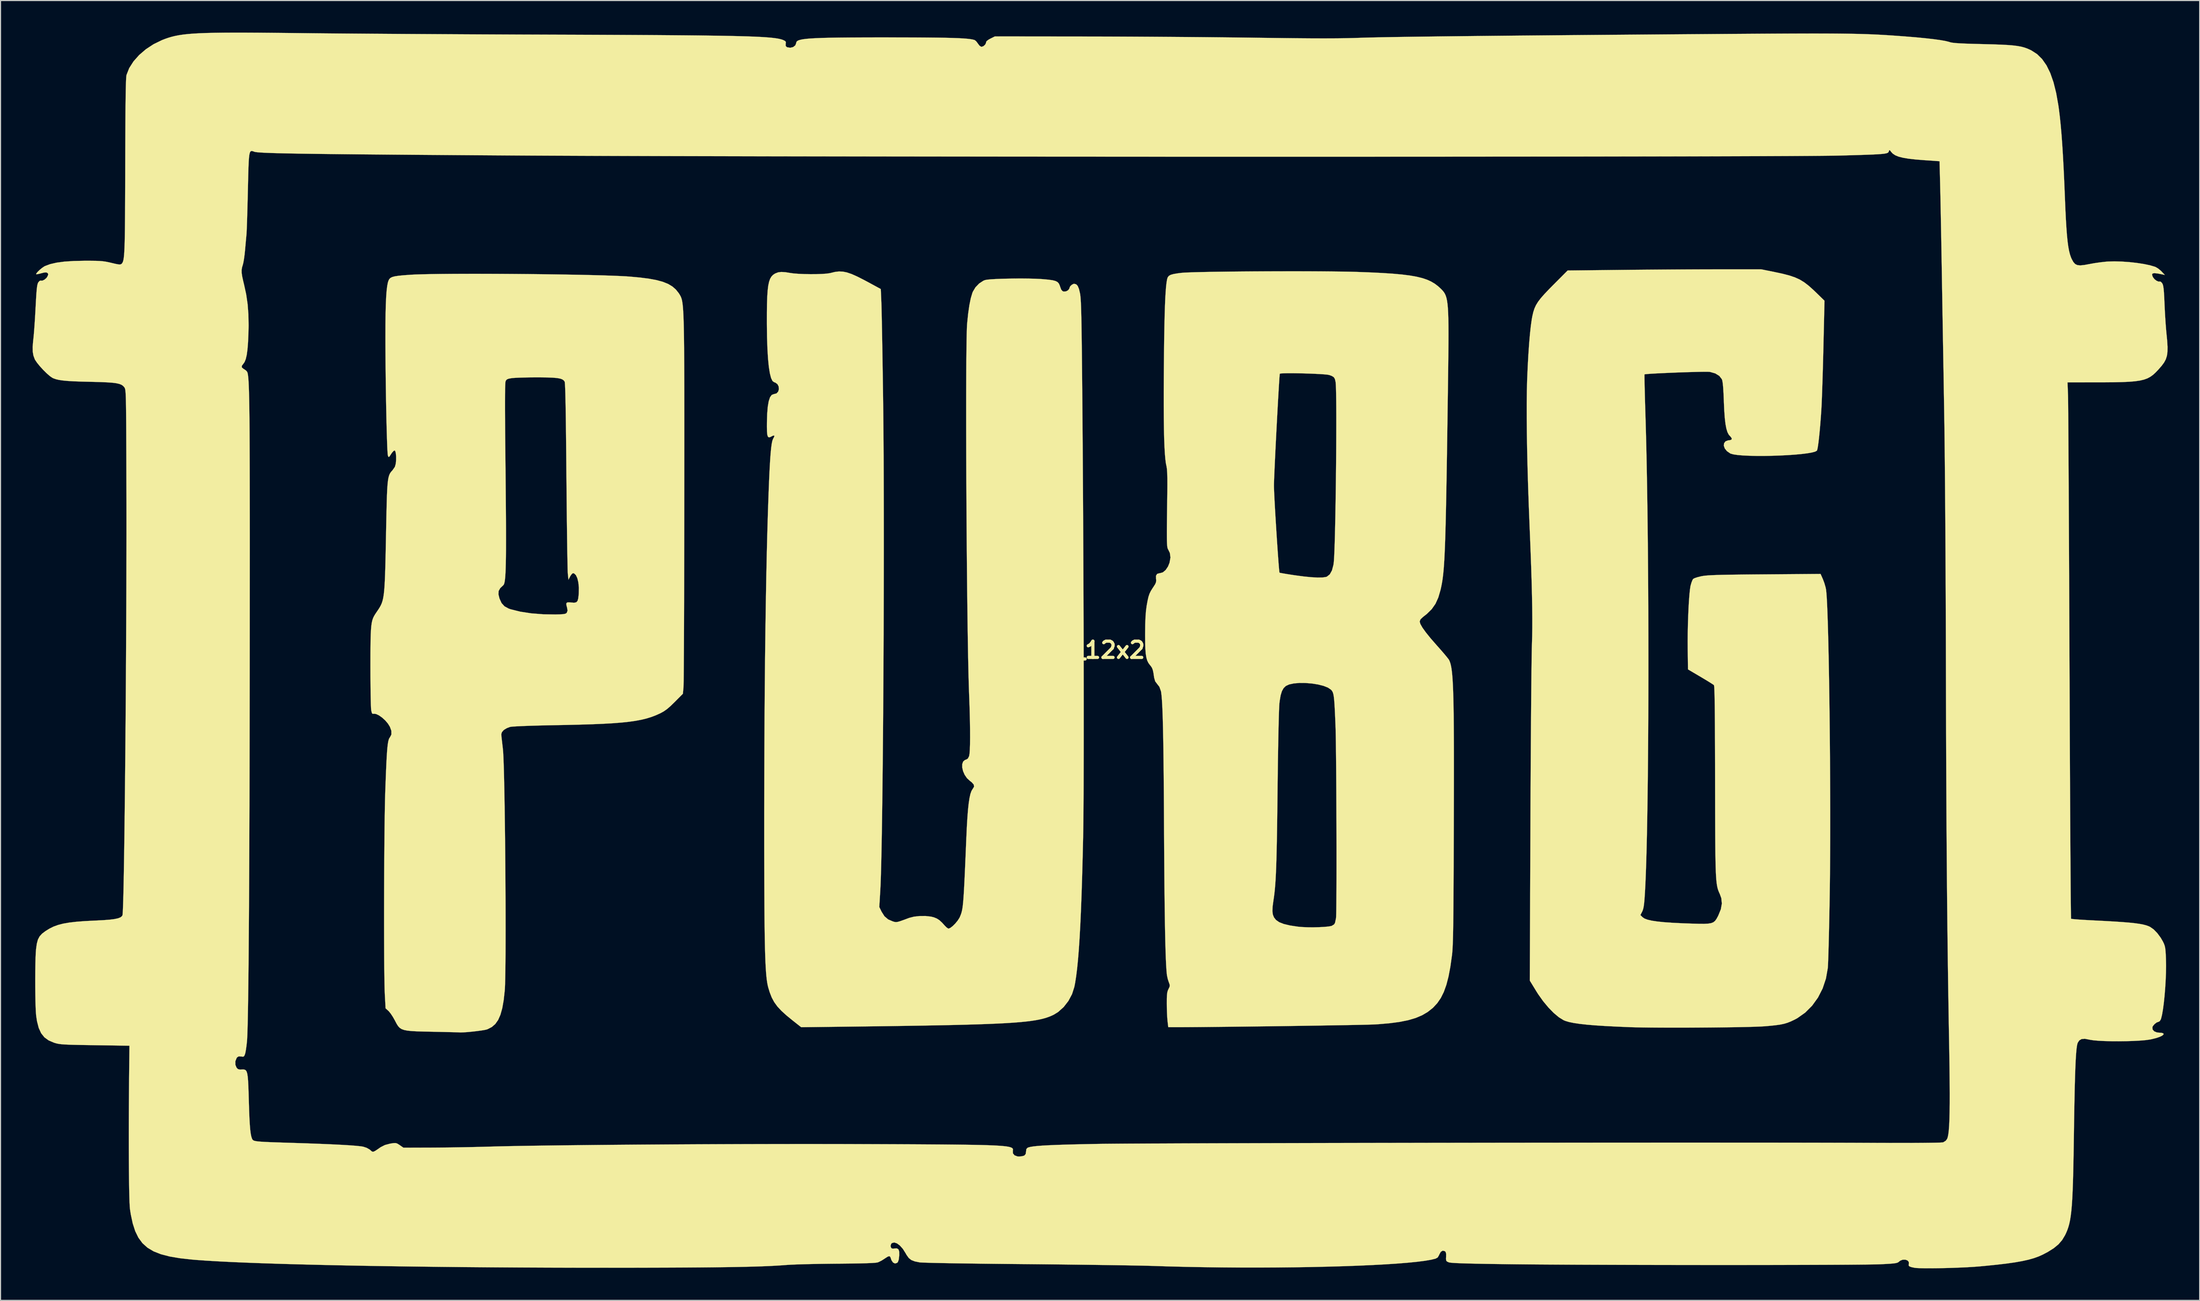
<source format=kicad_pcb>
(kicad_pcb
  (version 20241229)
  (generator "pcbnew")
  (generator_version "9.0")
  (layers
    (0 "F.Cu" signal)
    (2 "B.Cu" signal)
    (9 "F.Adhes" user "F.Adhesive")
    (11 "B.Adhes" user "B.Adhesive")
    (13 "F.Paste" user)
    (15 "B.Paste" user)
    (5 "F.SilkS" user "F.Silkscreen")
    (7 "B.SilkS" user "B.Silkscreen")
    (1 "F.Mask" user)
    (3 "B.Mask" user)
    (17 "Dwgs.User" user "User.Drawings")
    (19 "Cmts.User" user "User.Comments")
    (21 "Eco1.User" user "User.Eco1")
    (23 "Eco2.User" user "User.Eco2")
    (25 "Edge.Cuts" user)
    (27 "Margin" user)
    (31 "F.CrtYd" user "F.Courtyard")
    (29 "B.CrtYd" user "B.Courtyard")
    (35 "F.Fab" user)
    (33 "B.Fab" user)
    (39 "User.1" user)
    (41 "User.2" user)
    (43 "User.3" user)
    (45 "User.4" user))
  (footprint "pubg_12x20_F"
    (layer "F.Cu")
    (at 99.894 57.806)
    (property "Reference" "pubg_12x20_F" (at 0 0 0) (layer "F.SilkS") (effects (font (size 1.524 1.524) (thickness 0.3))))
    (attr through_hole)
    (fp_poly (pts (xy 61.849 -35.643) (xy 63.093 -35.391) (xy 63.852 -35.228) (xy 64.475 -35.066) (xy 64.996 -34.89) (xy 65.448 -34.684) (xy 65.865 -34.43) (xy 66.278 -34.113) (xy 66.722 -33.716) (xy 66.963 -33.485) (xy 67.765 -32.704) (xy 67.663 -28.354) (xy 67.641 -27.454) (xy 67.617 -26.56) (xy 67.592 -25.695) (xy 67.566 -24.881) (xy 67.541 -24.143) (xy 67.517 -23.504) (xy 67.496 -22.986) (xy 67.476 -22.614) (xy 67.476 -22.606) (xy 67.426 -21.849) (xy 67.37 -21.128) (xy 67.311 -20.463) (xy 67.252 -19.873) (xy 67.193 -19.378) (xy 67.138 -18.998) (xy 67.088 -18.752) (xy 67.055 -18.667) (xy 66.896 -18.577) (xy 66.589 -18.493) (xy 66.156 -18.418) (xy 65.618 -18.351) (xy 64.998 -18.294) (xy 64.316 -18.247) (xy 63.594 -18.211) (xy 62.855 -18.186) (xy 62.118 -18.173) (xy 61.406 -18.174) (xy 60.74 -18.188) (xy 60.143 -18.216) (xy 59.634 -18.259) (xy 59.237 -18.318) (xy 58.973 -18.393) (xy 58.945 -18.406) (xy 58.635 -18.621) (xy 58.435 -18.871) (xy 58.344 -19.126) (xy 58.365 -19.357) (xy 58.499 -19.536) (xy 58.749 -19.633) (xy 58.88 -19.643) (xy 59.054 -19.691) (xy 59.09 -19.812) (xy 58.979 -19.973) (xy 58.957 -19.992) (xy 58.806 -20.161) (xy 58.681 -20.403) (xy 58.58 -20.736) (xy 58.498 -21.173) (xy 58.434 -21.732) (xy 58.384 -22.428) (xy 58.346 -23.277) (xy 58.345 -23.326) (xy 58.316 -24.016) (xy 58.285 -24.551) (xy 58.248 -24.945) (xy 58.206 -25.211) (xy 58.161 -25.355) (xy 57.919 -25.666) (xy 57.546 -25.897) (xy 57.069 -26.033) (xy 56.998 -26.043) (xy 56.827 -26.051) (xy 56.521 -26.052) (xy 56.105 -26.046) (xy 55.601 -26.034) (xy 55.034 -26.018) (xy 54.426 -25.998) (xy 53.801 -25.975) (xy 53.182 -25.949) (xy 52.594 -25.923) (xy 52.059 -25.897) (xy 51.601 -25.871) (xy 51.244 -25.847) (xy 51.011 -25.825) (xy 50.925 -25.808) (xy 50.921 -25.719) (xy 50.922 -25.478) (xy 50.928 -25.101) (xy 50.938 -24.606) (xy 50.953 -24.01) (xy 50.971 -23.33) (xy 50.993 -22.583) (xy 51.014 -21.925) (xy 51.056 -20.457) (xy 51.096 -18.88) (xy 51.131 -17.204) (xy 51.163 -15.441) (xy 51.191 -13.601) (xy 51.216 -11.697) (xy 51.237 -9.739) (xy 51.254 -7.738) (xy 51.268 -5.706) (xy 51.278 -3.653) (xy 51.284 -1.592) (xy 51.287 0.467) (xy 51.287 2.512) (xy 51.283 4.532) (xy 51.275 6.517) (xy 51.264 8.454) (xy 51.249 10.333) (xy 51.231 12.143) (xy 51.209 13.871) (xy 51.184 15.508) (xy 51.156 17.041) (xy 51.124 18.46) (xy 51.088 19.753) (xy 51.049 20.909) (xy 51.007 21.917) (xy 50.966 22.679) (xy 50.929 23.254) (xy 50.891 23.687) (xy 50.849 24.007) (xy 50.8 24.242) (xy 50.739 24.418) (xy 50.71 24.48) (xy 50.541 24.81) (xy 50.743 25.012) (xy 50.923 25.135) (xy 51.206 25.242) (xy 51.604 25.334) (xy 52.124 25.412) (xy 52.777 25.479) (xy 53.572 25.534) (xy 54.519 25.58) (xy 55.372 25.61) (xy 56.014 25.627) (xy 56.51 25.63) (xy 56.885 25.611) (xy 57.163 25.564) (xy 57.368 25.481) (xy 57.523 25.354) (xy 57.653 25.177) (xy 57.782 24.941) (xy 57.823 24.861) (xy 58.065 24.268) (xy 58.16 23.733) (xy 58.11 23.231) (xy 57.971 22.846) (xy 57.905 22.702) (xy 57.846 22.56) (xy 57.793 22.41) (xy 57.747 22.241) (xy 57.707 22.043) (xy 57.672 21.808) (xy 57.642 21.523) (xy 57.617 21.181) (xy 57.596 20.77) (xy 57.579 20.281) (xy 57.565 19.703) (xy 57.554 19.027) (xy 57.546 18.242) (xy 57.539 17.339) (xy 57.535 16.307) (xy 57.531 15.137) (xy 57.529 13.818) (xy 57.526 12.341) (xy 57.526 12.209) (xy 57.524 10.667) (xy 57.52 9.289) (xy 57.515 8.069) (xy 57.51 7.002) (xy 57.503 6.081) (xy 57.495 5.302) (xy 57.485 4.659) (xy 57.475 4.146) (xy 57.462 3.757) (xy 57.449 3.487) (xy 57.433 3.331) (xy 57.42 3.284) (xy 57.317 3.21) (xy 57.095 3.068) (xy 56.782 2.874) (xy 56.404 2.646) (xy 56.158 2.5) (xy 54.991 1.812) (xy 54.966 -0.047) (xy 54.962 -0.804) (xy 54.968 -1.596) (xy 54.985 -2.396) (xy 55.01 -3.18) (xy 55.042 -3.923) (xy 55.081 -4.601) (xy 55.126 -5.188) (xy 55.174 -5.661) (xy 55.225 -5.994) (xy 55.236 -6.042) (xy 55.32 -6.33) (xy 55.413 -6.561) (xy 55.477 -6.66) (xy 55.615 -6.734) (xy 55.87 -6.819) (xy 56.193 -6.9) (xy 56.269 -6.916) (xy 56.438 -6.944) (xy 56.648 -6.969) (xy 56.91 -6.991) (xy 57.239 -7.009) (xy 57.648 -7.025) (xy 58.151 -7.039) (xy 58.76 -7.051) (xy 59.488 -7.062) (xy 60.35 -7.072) (xy 61.359 -7.081) (xy 62.168 -7.087) (xy 67.398 -7.126) (xy 67.616 -6.633) (xy 67.751 -6.275) (xy 67.863 -5.887) (xy 67.908 -5.673) (xy 67.941 -5.374) (xy 67.975 -4.916) (xy 68.007 -4.311) (xy 68.038 -3.569) (xy 68.068 -2.703) (xy 68.097 -1.722) (xy 68.125 -0.638) (xy 68.151 0.538) (xy 68.175 1.795) (xy 68.198 3.122) (xy 68.219 4.509) (xy 68.237 5.943) (xy 68.254 7.414) (xy 68.268 8.911) (xy 68.28 10.423) (xy 68.289 11.939) (xy 68.295 13.448) (xy 68.299 14.938) (xy 68.299 16.399) (xy 68.297 17.821) (xy 68.291 19.19) (xy 68.282 20.498) (xy 68.269 21.732) (xy 68.253 22.882) (xy 68.252 22.945) (xy 68.234 23.965) (xy 68.215 24.954) (xy 68.195 25.895) (xy 68.175 26.772) (xy 68.154 27.57) (xy 68.135 28.272) (xy 68.116 28.863) (xy 68.098 29.328) (xy 68.082 29.649) (xy 68.072 29.779) (xy 67.899 30.758) (xy 67.59 31.683) (xy 67.156 32.533) (xy 66.609 33.292) (xy 65.961 33.941) (xy 65.225 34.462) (xy 64.934 34.617) (xy 64.596 34.776) (xy 64.284 34.898) (xy 63.963 34.993) (xy 63.598 35.068) (xy 63.157 35.129) (xy 62.604 35.185) (xy 62.145 35.224) (xy 61.79 35.245) (xy 61.285 35.265) (xy 60.65 35.283) (xy 59.905 35.299) (xy 59.07 35.314) (xy 58.164 35.326) (xy 57.208 35.336) (xy 56.22 35.343) (xy 55.22 35.349) (xy 54.229 35.351) (xy 53.267 35.351) (xy 52.352 35.348) (xy 51.504 35.342) (xy 50.744 35.333) (xy 50.091 35.32) (xy 49.572 35.305) (xy 48.329 35.253) (xy 47.244 35.197) (xy 46.309 35.137) (xy 45.513 35.07) (xy 44.846 34.996) (xy 44.299 34.914) (xy 43.86 34.823) (xy 43.521 34.722) (xy 43.349 34.65) (xy 42.909 34.378) (xy 42.427 33.974) (xy 41.929 33.463) (xy 41.438 32.872) (xy 40.978 32.226) (xy 40.811 31.962) (xy 40.19 30.946) (xy 40.25 16.256) (xy 40.256 14.655) (xy 40.264 13.078) (xy 40.272 11.535) (xy 40.281 10.037) (xy 40.29 8.594) (xy 40.3 7.216) (xy 40.31 5.914) (xy 40.32 4.698) (xy 40.33 3.578) (xy 40.341 2.565) (xy 40.351 1.67) (xy 40.361 0.901) (xy 40.371 0.27) (xy 40.38 -0.212) (xy 40.39 -0.537) (xy 40.39 -0.55) (xy 40.412 -1.28) (xy 40.424 -2.085) (xy 40.425 -2.976) (xy 40.416 -3.965) (xy 40.396 -5.062) (xy 40.366 -6.279) (xy 40.324 -7.627) (xy 40.27 -9.116) (xy 40.206 -10.758) (xy 40.172 -11.557) (xy 40.097 -13.46) (xy 40.033 -15.298) (xy 39.981 -17.058) (xy 39.942 -18.727) (xy 39.916 -20.292) (xy 39.903 -21.742) (xy 39.902 -23.062) (xy 39.915 -24.24) (xy 39.941 -25.263) (xy 39.945 -25.358) (xy 39.996 -26.556) (xy 40.058 -27.669) (xy 40.127 -28.682) (xy 40.204 -29.578) (xy 40.287 -30.345) (xy 40.374 -30.965) (xy 40.428 -31.256) (xy 40.516 -31.638) (xy 40.624 -31.973) (xy 40.767 -32.287) (xy 40.96 -32.602) (xy 41.22 -32.943) (xy 41.563 -33.333) (xy 42.004 -33.797) (xy 42.373 -34.171) (xy 43.73 -35.534) (xy 48.895 -35.589) (xy 49.973 -35.6) (xy 51.125 -35.61) (xy 52.319 -35.619) (xy 53.52 -35.627) (xy 54.695 -35.634) (xy 55.811 -35.639) (xy 56.834 -35.642) (xy 57.731 -35.644) (xy 57.954 -35.644) (xy 61.849 -35.643)) (stroke (width 0.01) (type solid)) (fill yes) (layer "F.SilkS"))
    (fp_poly (pts (xy -24.09 -35.43) (xy -23.7 -35.351) (xy -23.262 -35.202) (xy -22.748 -34.974) (xy -22.134 -34.663) (xy -21.759 -34.463) (xy -20.532 -33.797) (xy -20.477 -32.499) (xy -20.468 -32.218) (xy -20.457 -31.783) (xy -20.444 -31.209) (xy -20.43 -30.509) (xy -20.414 -29.7) (xy -20.398 -28.795) (xy -20.381 -27.81) (xy -20.364 -26.759) (xy -20.347 -25.657) (xy -20.33 -24.52) (xy -20.317 -23.58) (xy -20.301 -22.315) (xy -20.288 -20.942) (xy -20.276 -19.47) (xy -20.267 -17.909) (xy -20.26 -16.269) (xy -20.255 -14.558) (xy -20.251 -12.788) (xy -20.25 -10.967) (xy -20.25 -9.105) (xy -20.252 -7.211) (xy -20.256 -5.295) (xy -20.262 -3.367) (xy -20.269 -1.436) (xy -20.277 0.488) (xy -20.287 2.396) (xy -20.299 4.277) (xy -20.312 6.124) (xy -20.326 7.925) (xy -20.342 9.671) (xy -20.359 11.353) (xy -20.377 12.961) (xy -20.396 14.485) (xy -20.416 15.917) (xy -20.437 17.245) (xy -20.459 18.462) (xy -20.482 19.557) (xy -20.506 20.52) (xy -20.53 21.342) (xy -20.555 22.014) (xy -20.58 22.505) (xy -20.673 24.056) (xy -20.457 24.499) (xy -20.186 24.925) (xy -19.842 25.218) (xy -19.408 25.404) (xy -19.269 25.445) (xy -19.153 25.466) (xy -19.029 25.462) (xy -18.865 25.426) (xy -18.632 25.352) (xy -18.299 25.232) (xy -17.865 25.07) (xy -17.422 24.958) (xy -16.893 24.9) (xy -16.342 24.898) (xy -15.838 24.954) (xy -15.557 25.025) (xy -15.286 25.137) (xy -15.049 25.29) (xy -14.801 25.518) (xy -14.541 25.807) (xy -14.37 25.976) (xy -14.225 26.07) (xy -14.193 26.077) (xy -14.027 26.012) (xy -13.807 25.842) (xy -13.567 25.603) (xy -13.345 25.334) (xy -13.176 25.071) (xy -13.139 24.995) (xy -13.078 24.849) (xy -13.024 24.707) (xy -12.976 24.555) (xy -12.934 24.382) (xy -12.896 24.175) (xy -12.861 23.922) (xy -12.829 23.611) (xy -12.798 23.228) (xy -12.767 22.763) (xy -12.735 22.201) (xy -12.701 21.532) (xy -12.665 20.742) (xy -12.624 19.82) (xy -12.579 18.752) (xy -12.531 17.611) (xy -12.483 16.564) (xy -12.43 15.675) (xy -12.372 14.932) (xy -12.306 14.324) (xy -12.231 13.839) (xy -12.147 13.465) (xy -12.05 13.192) (xy -11.94 13.007) (xy -11.92 12.982) (xy -11.805 12.788) (xy -11.835 12.597) (xy -12.015 12.388) (xy -12.195 12.249) (xy -12.473 11.992) (xy -12.689 11.676) (xy -12.838 11.332) (xy -12.915 10.99) (xy -12.913 10.681) (xy -12.828 10.437) (xy -12.653 10.287) (xy -12.555 10.261) (xy -12.385 10.159) (xy -12.271 9.931) (xy -12.232 9.716) (xy -12.204 9.345) (xy -12.186 8.832) (xy -12.179 8.189) (xy -12.182 7.429) (xy -12.195 6.566) (xy -12.219 5.613) (xy -12.253 4.583) (xy -12.272 4.106) (xy -12.295 3.44) (xy -12.318 2.64) (xy -12.34 1.717) (xy -12.362 0.681) (xy -12.382 -0.456) (xy -12.402 -1.684) (xy -12.42 -2.993) (xy -12.438 -4.371) (xy -12.454 -5.809) (xy -12.469 -7.294) (xy -12.483 -8.818) (xy -12.496 -10.368) (xy -12.508 -11.934) (xy -12.518 -13.506) (xy -12.526 -15.072) (xy -12.533 -16.623) (xy -12.539 -18.147) (xy -12.542 -19.634) (xy -12.545 -21.073) (xy -12.545 -22.453) (xy -12.544 -23.764) (xy -12.541 -24.995) (xy -12.536 -26.135) (xy -12.529 -27.174) (xy -12.519 -28.101) (xy -12.508 -28.905) (xy -12.495 -29.575) (xy -12.48 -30.101) (xy -12.462 -30.473) (xy -12.455 -30.565) (xy -12.361 -31.488) (xy -12.247 -32.281) (xy -12.115 -32.934) (xy -11.967 -33.433) (xy -11.921 -33.548) (xy -11.674 -33.961) (xy -11.329 -34.319) (xy -10.936 -34.575) (xy -10.78 -34.637) (xy -10.575 -34.675) (xy -10.229 -34.708) (xy -9.768 -34.735) (xy -9.219 -34.757) (xy -8.61 -34.772) (xy -7.968 -34.781) (xy -7.321 -34.783) (xy -6.696 -34.777) (xy -6.119 -34.763) (xy -5.619 -34.74) (xy -5.398 -34.725) (xy -4.858 -34.676) (xy -4.46 -34.621) (xy -4.18 -34.548) (xy -3.991 -34.446) (xy -3.867 -34.304) (xy -3.782 -34.111) (xy -3.752 -34.016) (xy -3.654 -33.75) (xy -3.537 -33.61) (xy -3.423 -33.561) (xy -3.211 -33.574) (xy -3.011 -33.681) (xy -2.89 -33.842) (xy -2.879 -33.909) (xy -2.811 -34.055) (xy -2.656 -34.201) (xy -2.483 -34.285) (xy -2.444 -34.29) (xy -2.255 -34.243) (xy -2.108 -34.09) (xy -1.991 -33.808) (xy -1.894 -33.399) (xy -1.87 -33.254) (xy -1.849 -33.068) (xy -1.83 -32.83) (xy -1.812 -32.529) (xy -1.796 -32.156) (xy -1.782 -31.699) (xy -1.768 -31.148) (xy -1.755 -30.492) (xy -1.743 -29.72) (xy -1.731 -28.822) (xy -1.718 -27.787) (xy -1.706 -26.605) (xy -1.693 -25.265) (xy -1.692 -25.188) (xy -1.675 -23.3) (xy -1.659 -21.354) (xy -1.644 -19.361) (xy -1.63 -17.329) (xy -1.617 -15.269) (xy -1.605 -13.19) (xy -1.594 -11.1) (xy -1.584 -9.011) (xy -1.575 -6.93) (xy -1.567 -4.867) (xy -1.561 -2.833) (xy -1.555 -0.835) (xy -1.551 1.116) (xy -1.548 3.01) (xy -1.546 4.84) (xy -1.546 6.594) (xy -1.546 8.265) (xy -1.548 9.841) (xy -1.552 11.315) (xy -1.556 12.676) (xy -1.562 13.915) (xy -1.569 15.023) (xy -1.578 15.99) (xy -1.588 16.806) (xy -1.6 17.464) (xy -1.6 17.484) (xy -1.646 19.446) (xy -1.695 21.246) (xy -1.747 22.889) (xy -1.804 24.382) (xy -1.865 25.731) (xy -1.932 26.942) (xy -2.003 28.022) (xy -2.08 28.977) (xy -2.163 29.813) (xy -2.252 30.536) (xy -2.348 31.154) (xy -2.421 31.531) (xy -2.637 32.21) (xy -2.979 32.852) (xy -3.423 33.423) (xy -3.942 33.887) (xy -4.339 34.131) (xy -4.563 34.238) (xy -4.802 34.336) (xy -5.064 34.427) (xy -5.355 34.51) (xy -5.683 34.587) (xy -6.055 34.658) (xy -6.479 34.722) (xy -6.962 34.781) (xy -7.511 34.835) (xy -8.134 34.884) (xy -8.839 34.929) (xy -9.631 34.97) (xy -10.52 35.007) (xy -11.512 35.042) (xy -12.614 35.074) (xy -13.834 35.104) (xy -15.179 35.132) (xy -16.657 35.159) (xy -18.274 35.185) (xy -20.039 35.21) (xy -21.959 35.236) (xy -24.04 35.262) (xy -24.045 35.262) (xy -27.982 35.309) (xy -28.744 34.708) (xy -29.352 34.212) (xy -29.835 33.773) (xy -30.213 33.365) (xy -30.508 32.957) (xy -30.74 32.524) (xy -30.93 32.036) (xy -31.066 31.587) (xy -31.115 31.385) (xy -31.16 31.149) (xy -31.201 30.871) (xy -31.238 30.542) (xy -31.271 30.155) (xy -31.301 29.703) (xy -31.327 29.178) (xy -31.35 28.572) (xy -31.37 27.877) (xy -31.387 27.085) (xy -31.401 26.19) (xy -31.413 25.183) (xy -31.422 24.057) (xy -31.429 22.804) (xy -31.435 21.416) (xy -31.438 19.886) (xy -31.44 18.206) (xy -31.44 16.368) (xy -31.44 15.367) (xy -31.435 12.243) (xy -31.425 9.206) (xy -31.409 6.263) (xy -31.388 3.42) (xy -31.361 0.685) (xy -31.328 -1.935) (xy -31.29 -4.433) (xy -31.248 -6.802) (xy -31.2 -9.035) (xy -31.147 -11.124) (xy -31.089 -13.063) (xy -31.026 -14.844) (xy -30.985 -15.875) (xy -30.939 -16.865) (xy -30.892 -17.695) (xy -30.844 -18.375) (xy -30.793 -18.913) (xy -30.738 -19.319) (xy -30.678 -19.602) (xy -30.614 -19.771) (xy -30.606 -19.783) (xy -30.495 -19.991) (xy -30.504 -20.087) (xy -30.632 -20.064) (xy -30.733 -20.011) (xy -30.899 -19.928) (xy -31.02 -19.915) (xy -31.103 -19.989) (xy -31.155 -20.169) (xy -31.182 -20.471) (xy -31.19 -20.914) (xy -31.188 -21.277) (xy -31.164 -22.112) (xy -31.108 -22.785) (xy -31.019 -23.301) (xy -30.897 -23.666) (xy -30.739 -23.884) (xy -30.545 -23.96) (xy -30.534 -23.961) (xy -30.29 -24.026) (xy -30.134 -24.194) (xy -30.066 -24.423) (xy -30.088 -24.668) (xy -30.199 -24.888) (xy -30.401 -25.04) (xy -30.514 -25.074) (xy -30.666 -25.188) (xy -30.8 -25.468) (xy -30.914 -25.912) (xy -31.01 -26.519) (xy -31.085 -27.285) (xy -31.141 -28.21) (xy -31.177 -29.29) (xy -31.192 -30.525) (xy -31.192 -30.607) (xy -31.191 -31.59) (xy -31.18 -32.418) (xy -31.157 -33.106) (xy -31.118 -33.669) (xy -31.063 -34.121) (xy -30.987 -34.478) (xy -30.89 -34.754) (xy -30.767 -34.963) (xy -30.617 -35.121) (xy -30.438 -35.241) (xy -30.408 -35.257) (xy -30.14 -35.36) (xy -29.835 -35.398) (xy -29.449 -35.373) (xy -29.041 -35.307) (xy -28.68 -35.257) (xy -28.212 -35.221) (xy -27.676 -35.198) (xy -27.11 -35.189) (xy -26.55 -35.192) (xy -26.035 -35.21) (xy -25.602 -35.241) (xy -25.29 -35.286) (xy -25.231 -35.3) (xy -24.829 -35.398) (xy -24.458 -35.443) (xy -24.09 -35.43)) (stroke (width 0.01) (type solid)) (fill yes) (layer "F.SilkS"))
    (fp_poly (pts (xy -57.339 -35.222) (xy -56.088 -35.217) (xy -54.815 -35.209) (xy -53.535 -35.199) (xy -52.264 -35.185) (xy -51.019 -35.168) (xy -49.815 -35.149) (xy -48.67 -35.128) (xy -47.598 -35.104) (xy -46.618 -35.078) (xy -45.744 -35.049) (xy -44.993 -35.019) (xy -44.381 -34.988) (xy -44.069 -34.966) (xy -43.066 -34.875) (xy -42.217 -34.765) (xy -41.504 -34.632) (xy -40.912 -34.469) (xy -40.424 -34.271) (xy -40.026 -34.031) (xy -39.7 -33.744) (xy -39.431 -33.405) (xy -39.331 -33.244) (xy -39.283 -33.159) (xy -39.238 -33.069) (xy -39.198 -32.968) (xy -39.16 -32.849) (xy -39.126 -32.704) (xy -39.096 -32.528) (xy -39.068 -32.313) (xy -39.043 -32.052) (xy -39.021 -31.739) (xy -39.001 -31.367) (xy -38.984 -30.928) (xy -38.969 -30.417) (xy -38.956 -29.825) (xy -38.946 -29.147) (xy -38.937 -28.375) (xy -38.93 -27.503) (xy -38.924 -26.524) (xy -38.92 -25.43) (xy -38.917 -24.215) (xy -38.916 -22.873) (xy -38.915 -21.396) (xy -38.915 -19.777) (xy -38.916 -18.01) (xy -38.917 -16.088) (xy -38.919 -14.004) (xy -38.919 -13.885) (xy -38.921 -12.206) (xy -38.923 -10.566) (xy -38.926 -8.975) (xy -38.929 -7.441) (xy -38.932 -5.972) (xy -38.936 -4.577) (xy -38.941 -3.265) (xy -38.945 -2.043) (xy -38.95 -0.921) (xy -38.955 0.093) (xy -38.961 0.992) (xy -38.966 1.765) (xy -38.972 2.405) (xy -38.978 2.904) (xy -38.984 3.252) (xy -38.989 3.442) (xy -38.991 3.464) (xy -39.048 4.092) (xy -39.823 4.871) (xy -40.208 5.246) (xy -40.528 5.522) (xy -40.823 5.731) (xy -41.136 5.905) (xy -41.233 5.952) (xy -41.626 6.126) (xy -42.035 6.279) (xy -42.476 6.414) (xy -42.959 6.53) (xy -43.499 6.631) (xy -44.109 6.717) (xy -44.802 6.79) (xy -45.592 6.852) (xy -46.49 6.903) (xy -47.512 6.946) (xy -48.67 6.982) (xy -49.977 7.013) (xy -50.715 7.027) (xy -51.703 7.046) (xy -52.593 7.068) (xy -53.374 7.091) (xy -54.035 7.115) (xy -54.564 7.14) (xy -54.949 7.164) (xy -55.18 7.189) (xy -55.218 7.196) (xy -55.512 7.305) (xy -55.774 7.461) (xy -55.841 7.519) (xy -55.982 7.688) (xy -56.036 7.859) (xy -56.024 8.111) (xy -56.022 8.127) (xy -55.991 8.391) (xy -55.949 8.756) (xy -55.903 9.156) (xy -55.889 9.271) (xy -55.865 9.568) (xy -55.841 10.021) (xy -55.818 10.616) (xy -55.796 11.34) (xy -55.775 12.178) (xy -55.755 13.116) (xy -55.736 14.143) (xy -55.719 15.243) (xy -55.703 16.402) (xy -55.688 17.608) (xy -55.675 18.847) (xy -55.664 20.105) (xy -55.655 21.368) (xy -55.648 22.622) (xy -55.642 23.855) (xy -55.639 25.051) (xy -55.638 26.199) (xy -55.64 27.283) (xy -55.644 28.29) (xy -55.65 29.207) (xy -55.66 30.02) (xy -55.672 30.715) (xy -55.686 31.279) (xy -55.704 31.698) (xy -55.717 31.875) (xy -55.817 32.779) (xy -55.949 33.531) (xy -56.12 34.143) (xy -56.335 34.631) (xy -56.602 35.009) (xy -56.927 35.291) (xy -57.317 35.491) (xy -57.39 35.518) (xy -57.591 35.566) (xy -57.915 35.619) (xy -58.317 35.673) (xy -58.755 35.723) (xy -59.186 35.764) (xy -59.568 35.791) (xy -59.857 35.801) (xy -59.986 35.794) (xy -60.09 35.789) (xy -60.341 35.782) (xy -60.716 35.772) (xy -61.194 35.761) (xy -61.753 35.748) (xy -62.369 35.736) (xy -62.484 35.733) (xy -63.277 35.717) (xy -63.919 35.698) (xy -64.43 35.67) (xy -64.83 35.629) (xy -65.137 35.568) (xy -65.37 35.482) (xy -65.549 35.365) (xy -65.693 35.211) (xy -65.82 35.014) (xy -65.95 34.77) (xy -65.993 34.685) (xy -66.182 34.349) (xy -66.384 34.042) (xy -66.563 33.821) (xy -66.595 33.789) (xy -66.868 33.541) (xy -66.941 32.201) (xy -66.956 31.821) (xy -66.969 31.288) (xy -66.98 30.617) (xy -66.99 29.824) (xy -66.997 28.924) (xy -67.002 27.934) (xy -67.006 26.869) (xy -67.008 25.745) (xy -67.008 24.578) (xy -67.006 23.383) (xy -67.003 22.175) (xy -66.998 20.972) (xy -66.991 19.788) (xy -66.983 18.64) (xy -66.973 17.543) (xy -66.962 16.512) (xy -66.949 15.564) (xy -66.934 14.714) (xy -66.919 13.978) (xy -66.902 13.372) (xy -66.899 13.293) (xy -66.861 12.243) (xy -66.826 11.349) (xy -66.793 10.598) (xy -66.76 9.977) (xy -66.727 9.472) (xy -66.692 9.071) (xy -66.654 8.76) (xy -66.612 8.527) (xy -66.565 8.357) (xy -66.512 8.238) (xy -66.455 8.162) (xy -66.321 7.901) (xy -66.324 7.568) (xy -66.463 7.185) (xy -66.646 6.888) (xy -66.898 6.59) (xy -67.193 6.322) (xy -67.493 6.112) (xy -67.761 5.985) (xy -67.956 5.964) (xy -68.074 5.975) (xy -68.144 5.908) (xy -68.194 5.726) (xy -68.215 5.609) (xy -68.23 5.44) (xy -68.243 5.121) (xy -68.255 4.672) (xy -68.266 4.114) (xy -68.274 3.467) (xy -68.28 2.749) (xy -68.283 1.982) (xy -68.284 1.566) (xy -68.283 0.599) (xy -68.279 -0.215) (xy -68.271 -0.892) (xy -68.256 -1.449) (xy -68.234 -1.902) (xy -68.202 -2.267) (xy -68.16 -2.561) (xy -68.105 -2.799) (xy -68.036 -2.998) (xy -67.951 -3.175) (xy -67.849 -3.346) (xy -67.793 -3.431) (xy -67.646 -3.648) (xy -67.516 -3.841) (xy -67.404 -4.022) (xy -67.307 -4.202) (xy -67.223 -4.395) (xy -67.153 -4.612) (xy -67.093 -4.865) (xy -67.044 -5.166) (xy -67.037 -5.219) (xy -56.307 -5.219) (xy -56.21 -4.826) (xy -56.207 -4.817) (xy -56.014 -4.397) (xy -55.743 -4.097) (xy -55.357 -3.885) (xy -55.156 -3.815) (xy -54.263 -3.593) (xy -53.241 -3.437) (xy -52.12 -3.349) (xy -50.983 -3.332) (xy -50.555 -3.342) (xy -50.264 -3.36) (xy -50.08 -3.391) (xy -49.969 -3.44) (xy -49.911 -3.499) (xy -49.842 -3.693) (xy -49.876 -3.921) (xy -49.952 -4.223) (xy -49.948 -4.395) (xy -49.845 -4.466) (xy -49.622 -4.464) (xy -49.502 -4.45) (xy -49.22 -4.43) (xy -49.03 -4.47) (xy -48.91 -4.596) (xy -48.841 -4.833) (xy -48.799 -5.209) (xy -48.792 -5.313) (xy -48.783 -5.845) (xy -48.83 -6.322) (xy -48.923 -6.718) (xy -49.058 -7.01) (xy -49.225 -7.172) (xy -49.329 -7.197) (xy -49.435 -7.128) (xy -49.562 -6.955) (xy -49.599 -6.889) (xy -49.757 -6.581) (xy -49.817 -7.164) (xy -49.826 -7.329) (xy -49.836 -7.652) (xy -49.846 -8.119) (xy -49.858 -8.719) (xy -49.87 -9.438) (xy -49.882 -10.266) (xy -49.894 -11.19) (xy -49.907 -12.196) (xy -49.919 -13.274) (xy -49.93 -14.411) (xy -49.941 -15.594) (xy -49.948 -16.35) (xy -49.962 -17.927) (xy -49.976 -19.338) (xy -49.99 -20.586) (xy -50.004 -21.676) (xy -50.019 -22.609) (xy -50.034 -23.39) (xy -50.049 -24.023) (xy -50.065 -24.51) (xy -50.082 -24.855) (xy -50.099 -25.061) (xy -50.113 -25.128) (xy -50.202 -25.248) (xy -50.337 -25.342) (xy -50.538 -25.413) (xy -50.824 -25.465) (xy -51.214 -25.498) (xy -51.727 -25.518) (xy -52.381 -25.526) (xy -52.705 -25.527) (xy -53.284 -25.524) (xy -53.838 -25.515) (xy -54.332 -25.501) (xy -54.733 -25.483) (xy -55.008 -25.463) (xy -55.059 -25.457) (xy -55.347 -25.405) (xy -55.514 -25.339) (xy -55.607 -25.233) (xy -55.641 -25.16) (xy -55.658 -25.05) (xy -55.672 -24.811) (xy -55.683 -24.441) (xy -55.689 -23.934) (xy -55.692 -23.285) (xy -55.692 -22.489) (xy -55.687 -21.543) (xy -55.68 -20.44) (xy -55.668 -19.176) (xy -55.657 -18.119) (xy -55.64 -16.439) (xy -55.625 -14.92) (xy -55.614 -13.554) (xy -55.605 -12.334) (xy -55.6 -11.252) (xy -55.599 -10.298) (xy -55.601 -9.467) (xy -55.607 -8.748) (xy -55.617 -8.135) (xy -55.631 -7.62) (xy -55.649 -7.194) (xy -55.672 -6.849) (xy -55.699 -6.578) (xy -55.73 -6.373) (xy -55.766 -6.225) (xy -55.807 -6.127) (xy -55.851 -6.071) (xy -56.141 -5.794) (xy -56.289 -5.526) (xy -56.307 -5.219) (xy -67.037 -5.219) (xy -67.002 -5.528) (xy -66.968 -5.963) (xy -66.939 -6.483) (xy -66.914 -7.1) (xy -66.891 -7.826) (xy -66.87 -8.674) (xy -66.849 -9.655) (xy -66.827 -10.782) (xy -66.803 -11.98) (xy -66.782 -12.956) (xy -66.762 -13.778) (xy -66.741 -14.461) (xy -66.716 -15.02) (xy -66.686 -15.47) (xy -66.649 -15.827) (xy -66.604 -16.106) (xy -66.548 -16.323) (xy -66.48 -16.491) (xy -66.398 -16.627) (xy -66.3 -16.745) (xy -66.233 -16.814) (xy -65.999 -17.147) (xy -65.914 -17.449) (xy -65.883 -17.787) (xy -65.882 -18.125) (xy -65.909 -18.418) (xy -65.96 -18.621) (xy -66.014 -18.689) (xy -66.113 -18.643) (xy -66.255 -18.488) (xy -66.344 -18.36) (xy -66.48 -18.151) (xy -66.558 -18.069) (xy -66.607 -18.1) (xy -66.651 -18.206) (xy -66.67 -18.339) (xy -66.691 -18.626) (xy -66.712 -19.053) (xy -66.732 -19.603) (xy -66.753 -20.261) (xy -66.774 -21.013) (xy -66.793 -21.844) (xy -66.812 -22.737) (xy -66.829 -23.679) (xy -66.844 -24.653) (xy -66.857 -25.645) (xy -66.868 -26.64) (xy -66.876 -27.622) (xy -66.882 -28.575) (xy -66.883 -29.295) (xy -66.88 -30.465) (xy -66.868 -31.474) (xy -66.846 -32.331) (xy -66.814 -33.044) (xy -66.772 -33.622) (xy -66.718 -34.073) (xy -66.654 -34.406) (xy -66.594 -34.59) (xy -66.519 -34.729) (xy -66.411 -34.838) (xy -66.246 -34.922) (xy -66.003 -34.987) (xy -65.658 -35.04) (xy -65.19 -35.086) (xy -64.575 -35.131) (xy -64.558 -35.133) (xy -64.078 -35.158) (xy -63.444 -35.178) (xy -62.674 -35.195) (xy -61.783 -35.208) (xy -60.788 -35.217) (xy -59.705 -35.222) (xy -58.549 -35.224) (xy -57.339 -35.222)) (stroke (width 0.01) (type solid)) (fill yes) (layer "F.SilkS"))
    (fp_poly (pts (xy 18.623 -35.46) (xy 19.674 -35.457) (xy 20.675 -35.452) (xy 21.612 -35.444) (xy 22.467 -35.434) (xy 23.227 -35.421) (xy 23.875 -35.405) (xy 24.071 -35.399) (xy 25.334 -35.351) (xy 26.442 -35.296) (xy 27.406 -35.232) (xy 28.242 -35.156) (xy 28.962 -35.065) (xy 29.581 -34.956) (xy 30.11 -34.828) (xy 30.564 -34.677) (xy 30.956 -34.5) (xy 31.3 -34.296) (xy 31.608 -34.062) (xy 31.796 -33.892) (xy 31.93 -33.762) (xy 32.05 -33.635) (xy 32.155 -33.503) (xy 32.246 -33.355) (xy 32.325 -33.18) (xy 32.392 -32.969) (xy 32.447 -32.711) (xy 32.492 -32.396) (xy 32.527 -32.013) (xy 32.552 -31.553) (xy 32.57 -31.005) (xy 32.58 -30.359) (xy 32.583 -29.604) (xy 32.58 -28.731) (xy 32.571 -27.73) (xy 32.558 -26.589) (xy 32.541 -25.299) (xy 32.522 -23.918) (xy 32.494 -21.938) (xy 32.468 -20.119) (xy 32.443 -18.454) (xy 32.419 -16.934) (xy 32.395 -15.553) (xy 32.372 -14.301) (xy 32.349 -13.171) (xy 32.326 -12.156) (xy 32.302 -11.247) (xy 32.278 -10.437) (xy 32.252 -9.717) (xy 32.225 -9.08) (xy 32.197 -8.518) (xy 32.166 -8.023) (xy 32.134 -7.587) (xy 32.098 -7.203) (xy 32.06 -6.862) (xy 32.019 -6.556) (xy 31.974 -6.279) (xy 31.925 -6.021) (xy 31.873 -5.775) (xy 31.839 -5.627) (xy 31.631 -4.916) (xy 31.366 -4.33) (xy 31.017 -3.831) (xy 30.557 -3.378) (xy 30.205 -3.102) (xy 29.964 -2.874) (xy 29.887 -2.672) (xy 29.952 -2.441) (xy 30.144 -2.101) (xy 30.465 -1.654) (xy 30.911 -1.101) (xy 31.484 -0.444) (xy 31.54 -0.381) (xy 31.872 -0.007) (xy 32.17 0.339) (xy 32.412 0.63) (xy 32.578 0.841) (xy 32.64 0.933) (xy 32.702 1.072) (xy 32.76 1.239) (xy 32.811 1.443) (xy 32.858 1.691) (xy 32.899 1.991) (xy 32.936 2.351) (xy 32.968 2.779) (xy 32.996 3.281) (xy 33.02 3.866) (xy 33.04 4.541) (xy 33.057 5.315) (xy 33.07 6.194) (xy 33.079 7.187) (xy 33.086 8.3) (xy 33.09 9.543) (xy 33.091 10.923) (xy 33.09 12.446) (xy 33.087 14.122) (xy 33.082 15.957) (xy 33.081 16.468) (xy 33.075 18.1) (xy 33.069 19.573) (xy 33.064 20.894) (xy 33.058 22.074) (xy 33.051 23.121) (xy 33.045 24.044) (xy 33.037 24.854) (xy 33.029 25.558) (xy 33.02 26.166) (xy 33.009 26.687) (xy 32.998 27.131) (xy 32.985 27.506) (xy 32.971 27.822) (xy 32.955 28.087) (xy 32.938 28.312) (xy 32.919 28.505) (xy 32.91 28.576) (xy 32.76 29.645) (xy 32.587 30.563) (xy 32.384 31.347) (xy 32.145 32.012) (xy 31.864 32.577) (xy 31.535 33.057) (xy 31.151 33.47) (xy 31.09 33.526) (xy 30.631 33.887) (xy 30.114 34.19) (xy 29.521 34.442) (xy 28.835 34.646) (xy 28.04 34.809) (xy 27.117 34.933) (xy 26.05 35.026) (xy 25.68 35.049) (xy 25.438 35.059) (xy 25.04 35.07) (xy 24.502 35.083) (xy 23.838 35.097) (xy 23.063 35.112) (xy 22.19 35.127) (xy 21.234 35.143) (xy 20.21 35.16) (xy 19.133 35.176) (xy 18.015 35.192) (xy 16.873 35.208) (xy 15.72 35.224) (xy 14.571 35.238) (xy 13.44 35.252) (xy 12.342 35.265) (xy 11.291 35.276) (xy 10.301 35.286) (xy 9.387 35.295) (xy 8.564 35.301) (xy 7.846 35.305) (xy 7.247 35.307) (xy 6.928 35.307) (xy 6.363 35.306) (xy 6.296 34.734) (xy 6.268 34.416) (xy 6.246 33.987) (xy 6.231 33.508) (xy 6.226 33.099) (xy 6.228 32.629) (xy 6.243 32.292) (xy 6.272 32.052) (xy 6.322 31.871) (xy 6.387 31.729) (xy 6.487 31.521) (xy 6.504 31.364) (xy 6.442 31.168) (xy 6.414 31.1) (xy 6.319 30.81) (xy 6.245 30.468) (xy 6.229 30.353) (xy 6.195 29.976) (xy 6.163 29.471) (xy 6.134 28.833) (xy 6.107 28.059) (xy 6.083 27.145) (xy 6.06 26.088) (xy 6.04 24.883) (xy 6.034 24.436) (xy 16.109 24.436) (xy 16.15 24.764) (xy 16.254 25.024) (xy 16.427 25.248) (xy 16.453 25.274) (xy 16.741 25.476) (xy 17.169 25.645) (xy 17.747 25.783) (xy 18.483 25.894) (xy 18.584 25.905) (xy 18.991 25.937) (xy 19.471 25.954) (xy 19.984 25.955) (xy 20.494 25.943) (xy 20.96 25.918) (xy 21.345 25.882) (xy 21.609 25.836) (xy 21.654 25.822) (xy 21.876 25.689) (xy 21.966 25.54) (xy 22.012 25.32) (xy 22.058 25.104) (xy 22.069 24.97) (xy 22.078 24.681) (xy 22.086 24.25) (xy 22.092 23.691) (xy 22.097 23.018) (xy 22.101 22.245) (xy 22.104 21.385) (xy 22.105 20.452) (xy 22.105 19.459) (xy 22.105 18.422) (xy 22.103 17.353) (xy 22.1 16.266) (xy 22.096 15.175) (xy 22.091 14.094) (xy 22.086 13.036) (xy 22.079 12.016) (xy 22.072 11.047) (xy 22.063 10.143) (xy 22.054 9.317) (xy 22.045 8.584) (xy 22.034 7.957) (xy 22.023 7.45) (xy 22.011 7.077) (xy 22.011 7.07) (xy 21.977 6.264) (xy 21.947 5.609) (xy 21.918 5.088) (xy 21.888 4.683) (xy 21.854 4.376) (xy 21.815 4.148) (xy 21.767 3.982) (xy 21.71 3.861) (xy 21.64 3.766) (xy 21.59 3.712) (xy 21.301 3.515) (xy 20.882 3.351) (xy 20.369 3.223) (xy 19.8 3.133) (xy 19.209 3.085) (xy 18.633 3.081) (xy 18.109 3.125) (xy 17.673 3.22) (xy 17.362 3.366) (xy 17.155 3.569) (xy 16.997 3.853) (xy 16.878 4.243) (xy 16.79 4.766) (xy 16.763 4.995) (xy 16.747 5.226) (xy 16.73 5.612) (xy 16.712 6.141) (xy 16.694 6.798) (xy 16.676 7.57) (xy 16.658 8.444) (xy 16.641 9.406) (xy 16.624 10.443) (xy 16.609 11.54) (xy 16.595 12.685) (xy 16.593 12.912) (xy 16.576 14.389) (xy 16.559 15.709) (xy 16.542 16.883) (xy 16.524 17.922) (xy 16.504 18.838) (xy 16.483 19.643) (xy 16.46 20.348) (xy 16.434 20.965) (xy 16.406 21.506) (xy 16.373 21.982) (xy 16.337 22.405) (xy 16.297 22.785) (xy 16.252 23.136) (xy 16.204 23.455) (xy 16.129 24.011) (xy 16.109 24.436) (xy 6.034 24.436) (xy 6.022 23.527) (xy 6.005 22.016) (xy 5.991 20.347) (xy 5.979 18.515) (xy 5.969 16.764) (xy 5.96 14.95) (xy 5.949 13.298) (xy 5.936 11.803) (xy 5.922 10.457) (xy 5.907 9.255) (xy 5.889 8.189) (xy 5.87 7.253) (xy 5.849 6.44) (xy 5.825 5.744) (xy 5.799 5.158) (xy 5.77 4.676) (xy 5.739 4.292) (xy 5.705 3.997) (xy 5.682 3.859) (xy 5.532 3.44) (xy 5.348 3.205) (xy 5.141 2.93) (xy 5.041 2.584) (xy 5.037 2.555) (xy 4.979 2.154) (xy 4.92 1.877) (xy 4.846 1.678) (xy 4.742 1.513) (xy 4.65 1.403) (xy 4.51 1.215) (xy 4.4 0.994) (xy 4.318 0.719) (xy 4.26 0.367) (xy 4.222 -0.082) (xy 4.203 -0.652) (xy 4.197 -1.363) (xy 4.198 -1.566) (xy 4.208 -2.405) (xy 4.235 -3.097) (xy 4.278 -3.666) (xy 4.34 -4.135) (xy 4.344 -4.161) (xy 4.432 -4.639) (xy 4.514 -4.995) (xy 4.608 -5.275) (xy 4.73 -5.526) (xy 4.897 -5.794) (xy 4.97 -5.902) (xy 5.141 -6.17) (xy 5.222 -6.367) (xy 5.235 -6.554) (xy 5.221 -6.659) (xy 5.216 -6.956) (xy 5.322 -7.131) (xy 5.549 -7.196) (xy 5.592 -7.197) (xy 5.861 -7.276) (xy 6.12 -7.494) (xy 6.34 -7.821) (xy 6.483 -8.178) (xy 6.569 -8.668) (xy 6.513 -9.089) (xy 6.363 -9.398) (xy 6.329 -9.457) (xy 6.301 -9.531) (xy 6.278 -9.635) (xy 6.26 -9.782) (xy 6.246 -9.984) (xy 6.237 -10.256) (xy 6.233 -10.611) (xy 6.232 -11.062) (xy 6.235 -11.622) (xy 6.242 -12.306) (xy 6.252 -13.125) (xy 6.265 -14.094) (xy 6.272 -14.605) (xy 6.279 -15.407) (xy 16.252 -15.407) (xy 16.257 -15.154) (xy 16.272 -14.773) (xy 16.295 -14.285) (xy 16.325 -13.709) (xy 16.361 -13.065) (xy 16.402 -12.374) (xy 16.446 -11.655) (xy 16.492 -10.929) (xy 16.538 -10.215) (xy 16.584 -9.533) (xy 16.628 -8.904) (xy 16.669 -8.347) (xy 16.705 -7.883) (xy 16.736 -7.531) (xy 16.76 -7.311) (xy 16.773 -7.244) (xy 16.865 -7.22) (xy 17.095 -7.178) (xy 17.436 -7.12) (xy 17.859 -7.053) (xy 18.204 -7.001) (xy 19.021 -6.891) (xy 19.736 -6.82) (xy 20.334 -6.788) (xy 20.802 -6.795) (xy 21.125 -6.843) (xy 21.207 -6.873) (xy 21.477 -7.087) (xy 21.68 -7.454) (xy 21.817 -7.975) (xy 21.841 -8.136) (xy 21.866 -8.399) (xy 21.89 -8.812) (xy 21.913 -9.358) (xy 21.936 -10.024) (xy 21.958 -10.794) (xy 21.978 -11.653) (xy 21.998 -12.585) (xy 22.015 -13.575) (xy 22.031 -14.609) (xy 22.046 -15.671) (xy 22.058 -16.746) (xy 22.069 -17.818) (xy 22.077 -18.873) (xy 22.082 -19.896) (xy 22.085 -20.871) (xy 22.086 -21.783) (xy 22.083 -22.617) (xy 22.077 -23.358) (xy 22.068 -23.991) (xy 22.056 -24.5) (xy 22.04 -24.871) (xy 22.021 -25.088) (xy 22.02 -25.091) (xy 21.958 -25.368) (xy 21.855 -25.541) (xy 21.667 -25.66) (xy 21.421 -25.75) (xy 21.251 -25.781) (xy 20.954 -25.81) (xy 20.555 -25.837) (xy 20.081 -25.861) (xy 19.56 -25.882) (xy 19.017 -25.898) (xy 18.479 -25.91) (xy 17.973 -25.916) (xy 17.526 -25.915) (xy 17.164 -25.908) (xy 16.914 -25.893) (xy 16.802 -25.87) (xy 16.799 -25.866) (xy 16.786 -25.755) (xy 16.765 -25.493) (xy 16.739 -25.098) (xy 16.707 -24.587) (xy 16.672 -23.98) (xy 16.632 -23.293) (xy 16.591 -22.545) (xy 16.548 -21.753) (xy 16.505 -20.937) (xy 16.462 -20.112) (xy 16.421 -19.299) (xy 16.382 -18.514) (xy 16.347 -17.776) (xy 16.316 -17.103) (xy 16.29 -16.512) (xy 16.27 -16.021) (xy 16.257 -15.65) (xy 16.252 -15.414) (xy 16.252 -15.407) (xy 6.279 -15.407) (xy 6.279 -15.419) (xy 6.277 -16.073) (xy 6.264 -16.576) (xy 6.24 -16.939) (xy 6.206 -17.17) (xy 6.202 -17.187) (xy 6.141 -17.48) (xy 6.09 -17.879) (xy 6.046 -18.391) (xy 6.01 -19.021) (xy 5.981 -19.778) (xy 5.96 -20.667) (xy 5.946 -21.696) (xy 5.94 -22.87) (xy 5.94 -24.198) (xy 5.947 -25.685) (xy 5.952 -26.374) (xy 5.966 -27.832) (xy 5.982 -29.13) (xy 6.002 -30.274) (xy 6.024 -31.273) (xy 6.051 -32.136) (xy 6.081 -32.87) (xy 6.116 -33.484) (xy 6.155 -33.986) (xy 6.199 -34.383) (xy 6.248 -34.685) (xy 6.251 -34.7) (xy 6.31 -34.888) (xy 6.415 -35.026) (xy 6.593 -35.128) (xy 6.872 -35.206) (xy 7.277 -35.273) (xy 7.578 -35.31) (xy 7.849 -35.332) (xy 8.274 -35.352) (xy 8.837 -35.371) (xy 9.522 -35.388) (xy 10.314 -35.404) (xy 11.197 -35.417) (xy 12.156 -35.43) (xy 13.175 -35.44) (xy 14.239 -35.448) (xy 15.331 -35.454) (xy 16.436 -35.458) (xy 17.538 -35.46) (xy 18.623 -35.46)) (stroke (width 0.01) (type solid)) (fill yes) (layer "F.SilkS"))
    (fp_poly (pts (xy -79.995 -57.8) (xy -78.781 -57.794) (xy -77.426 -57.783) (xy -75.919 -57.768) (xy -74.676 -57.754) (xy -73.681 -57.743) (xy -72.533 -57.732) (xy -71.246 -57.721) (xy -69.838 -57.71) (xy -68.322 -57.699) (xy -66.715 -57.688) (xy -65.033 -57.677) (xy -63.292 -57.667) (xy -61.506 -57.657) (xy -59.692 -57.647) (xy -57.864 -57.638) (xy -56.04 -57.63) (xy -54.234 -57.622) (xy -52.463 -57.616) (xy -51.393 -57.612) (xy -49.146 -57.605) (xy -47.063 -57.597) (xy -45.136 -57.589) (xy -43.359 -57.58) (xy -41.727 -57.571) (xy -40.231 -57.56) (xy -38.867 -57.549) (xy -37.628 -57.537) (xy -36.507 -57.523) (xy -35.497 -57.508) (xy -34.594 -57.491) (xy -33.79 -57.472) (xy -33.078 -57.452) (xy -32.453 -57.43) (xy -31.909 -57.405) (xy -31.438 -57.378) (xy -31.034 -57.348) (xy -30.692 -57.316) (xy -30.404 -57.281) (xy -30.164 -57.244) (xy -29.966 -57.203) (xy -29.804 -57.159) (xy -29.671 -57.111) (xy -29.66 -57.107) (xy -29.473 -57.01) (xy -29.411 -56.904) (xy -29.431 -56.763) (xy -29.434 -56.556) (xy -29.307 -56.435) (xy -29.038 -56.39) (xy -28.99 -56.389) (xy -28.73 -56.451) (xy -28.532 -56.61) (xy -28.448 -56.823) (xy -28.448 -56.836) (xy -28.43 -56.922) (xy -28.372 -56.998) (xy -28.263 -57.065) (xy -28.094 -57.123) (xy -27.856 -57.174) (xy -27.54 -57.216) (xy -27.136 -57.252) (xy -26.636 -57.281) (xy -26.03 -57.305) (xy -25.308 -57.323) (xy -24.462 -57.337) (xy -23.482 -57.346) (xy -22.359 -57.352) (xy -21.084 -57.355) (xy -19.897 -57.355) (xy -18.523 -57.354) (xy -17.309 -57.35) (xy -16.245 -57.343) (xy -15.32 -57.334) (xy -14.525 -57.321) (xy -13.851 -57.304) (xy -13.286 -57.284) (xy -12.821 -57.259) (xy -12.446 -57.229) (xy -12.152 -57.195) (xy -11.929 -57.156) (xy -11.766 -57.111) (xy -11.743 -57.102) (xy -11.614 -56.999) (xy -11.466 -56.809) (xy -11.437 -56.761) (xy -11.283 -56.567) (xy -11.129 -56.475) (xy -11.107 -56.473) (xy -10.926 -56.535) (xy -10.766 -56.681) (xy -10.684 -56.852) (xy -10.686 -56.907) (xy -10.629 -57.01) (xy -10.448 -57.146) (xy -10.287 -57.235) (xy -9.864 -57.446) (xy -1.397 -57.438) (xy 0.005 -57.436) (xy 1.513 -57.431) (xy 3.099 -57.424) (xy 4.734 -57.415) (xy 6.387 -57.404) (xy 8.03 -57.392) (xy 9.633 -57.379) (xy 11.167 -57.364) (xy 12.604 -57.349) (xy 13.913 -57.333) (xy 14.436 -57.325) (xy 15.988 -57.305) (xy 17.382 -57.288) (xy 18.63 -57.276) (xy 19.742 -57.268) (xy 20.73 -57.265) (xy 21.606 -57.266) (xy 22.38 -57.272) (xy 23.064 -57.282) (xy 23.669 -57.296) (xy 24.13 -57.311) (xy 24.611 -57.327) (xy 25.223 -57.344) (xy 25.968 -57.36) (xy 26.848 -57.377) (xy 27.865 -57.394) (xy 29.022 -57.411) (xy 30.32 -57.429) (xy 31.763 -57.447) (xy 33.351 -57.465) (xy 35.088 -57.484) (xy 36.975 -57.503) (xy 39.015 -57.523) (xy 41.21 -57.542) (xy 43.561 -57.563) (xy 46.072 -57.584) (xy 48.744 -57.605) (xy 51.58 -57.627) (xy 54.582 -57.65) (xy 56.6 -57.664) (xy 58.459 -57.678) (xy 60.158 -57.689) (xy 61.709 -57.699) (xy 63.119 -57.707) (xy 64.4 -57.713) (xy 65.561 -57.717) (xy 66.612 -57.719) (xy 67.564 -57.718) (xy 68.425 -57.715) (xy 69.206 -57.709) (xy 69.917 -57.701) (xy 70.568 -57.69) (xy 71.169 -57.675) (xy 71.729 -57.658) (xy 72.258 -57.638) (xy 72.767 -57.614) (xy 73.265 -57.587) (xy 73.762 -57.556) (xy 74.269 -57.522) (xy 74.794 -57.484) (xy 75.349 -57.442) (xy 75.353 -57.442) (xy 76.326 -57.362) (xy 77.195 -57.278) (xy 77.949 -57.193) (xy 78.575 -57.108) (xy 79.06 -57.024) (xy 79.393 -56.943) (xy 79.46 -56.921) (xy 79.595 -56.882) (xy 79.796 -56.85) (xy 80.079 -56.821) (xy 80.461 -56.797) (xy 80.957 -56.774) (xy 81.585 -56.753) (xy 82.361 -56.733) (xy 82.635 -56.726) (xy 83.531 -56.703) (xy 84.278 -56.676) (xy 84.896 -56.644) (xy 85.406 -56.603) (xy 85.828 -56.55) (xy 86.182 -56.484) (xy 86.488 -56.401) (xy 86.767 -56.299) (xy 87.04 -56.175) (xy 87.119 -56.136) (xy 87.654 -55.79) (xy 88.125 -55.326) (xy 88.536 -54.737) (xy 88.89 -54.016) (xy 89.191 -53.155) (xy 89.442 -52.147) (xy 89.648 -50.984) (xy 89.697 -50.631) (xy 89.785 -49.914) (xy 89.866 -49.132) (xy 89.941 -48.269) (xy 90.011 -47.31) (xy 90.077 -46.24) (xy 90.141 -45.044) (xy 90.203 -43.707) (xy 90.256 -42.418) (xy 90.302 -41.304) (xy 90.349 -40.345) (xy 90.399 -39.527) (xy 90.451 -38.835) (xy 90.509 -38.256) (xy 90.574 -37.773) (xy 90.647 -37.374) (xy 90.73 -37.044) (xy 90.824 -36.769) (xy 90.895 -36.607) (xy 91.05 -36.326) (xy 91.216 -36.139) (xy 91.424 -36.037) (xy 91.705 -36.01) (xy 92.091 -36.051) (xy 92.535 -36.133) (xy 93.028 -36.222) (xy 93.58 -36.301) (xy 94.098 -36.358) (xy 94.276 -36.372) (xy 94.892 -36.389) (xy 95.575 -36.37) (xy 96.287 -36.32) (xy 96.99 -36.242) (xy 97.646 -36.141) (xy 98.218 -36.021) (xy 98.668 -35.888) (xy 98.755 -35.853) (xy 98.973 -35.723) (xy 99.218 -35.524) (xy 99.314 -35.429) (xy 99.61 -35.115) (xy 99.356 -35.17) (xy 98.918 -35.255) (xy 98.625 -35.284) (xy 98.461 -35.252) (xy 98.412 -35.153) (xy 98.46 -34.984) (xy 98.5 -34.902) (xy 98.644 -34.716) (xy 98.841 -34.567) (xy 99.034 -34.49) (xy 99.147 -34.503) (xy 99.24 -34.474) (xy 99.36 -34.338) (xy 99.365 -34.33) (xy 99.418 -34.222) (xy 99.46 -34.057) (xy 99.495 -33.815) (xy 99.525 -33.471) (xy 99.552 -33.003) (xy 99.579 -32.402) (xy 99.607 -31.794) (xy 99.643 -31.163) (xy 99.683 -30.559) (xy 99.724 -30.032) (xy 99.757 -29.676) (xy 99.826 -28.966) (xy 99.861 -28.394) (xy 99.856 -27.932) (xy 99.805 -27.551) (xy 99.701 -27.221) (xy 99.538 -26.915) (xy 99.308 -26.604) (xy 99.006 -26.258) (xy 98.981 -26.23) (xy 98.735 -25.974) (xy 98.497 -25.758) (xy 98.249 -25.579) (xy 97.975 -25.433) (xy 97.658 -25.318) (xy 97.282 -25.229) (xy 96.83 -25.163) (xy 96.285 -25.117) (xy 95.631 -25.087) (xy 94.851 -25.07) (xy 93.929 -25.063) (xy 93.279 -25.062) (xy 90.503 -25.061) (xy 90.549 -23.855) (xy 90.553 -23.669) (xy 90.558 -23.321) (xy 90.563 -22.817) (xy 90.569 -22.167) (xy 90.575 -21.375) (xy 90.581 -20.451) (xy 90.588 -19.4) (xy 90.595 -18.231) (xy 90.603 -16.95) (xy 90.61 -15.564) (xy 90.618 -14.081) (xy 90.626 -12.509) (xy 90.634 -10.853) (xy 90.643 -9.122) (xy 90.651 -7.323) (xy 90.659 -5.462) (xy 90.667 -3.548) (xy 90.675 -1.586) (xy 90.683 0.414) (xy 90.687 1.228) (xy 90.695 3.227) (xy 90.703 5.183) (xy 90.711 7.088) (xy 90.719 8.936) (xy 90.728 10.719) (xy 90.736 12.431) (xy 90.745 14.065) (xy 90.753 15.614) (xy 90.762 17.072) (xy 90.77 18.432) (xy 90.778 19.686) (xy 90.786 20.829) (xy 90.794 21.854) (xy 90.801 22.753) (xy 90.808 23.52) (xy 90.815 24.149) (xy 90.821 24.632) (xy 90.827 24.962) (xy 90.832 25.133) (xy 90.834 25.157) (xy 90.931 25.176) (xy 91.173 25.2) (xy 91.536 25.229) (xy 91.997 25.259) (xy 92.53 25.289) (xy 92.922 25.309) (xy 93.975 25.363) (xy 94.874 25.414) (xy 95.633 25.465) (xy 96.267 25.516) (xy 96.792 25.571) (xy 97.221 25.63) (xy 97.57 25.695) (xy 97.853 25.768) (xy 98.085 25.851) (xy 98.224 25.915) (xy 98.559 26.149) (xy 98.905 26.504) (xy 99.227 26.939) (xy 99.43 27.291) (xy 99.528 27.497) (xy 99.597 27.69) (xy 99.644 27.908) (xy 99.675 28.19) (xy 99.699 28.576) (xy 99.713 28.93) (xy 99.724 29.542) (xy 99.714 30.224) (xy 99.684 30.946) (xy 99.639 31.679) (xy 99.58 32.395) (xy 99.51 33.065) (xy 99.431 33.66) (xy 99.346 34.151) (xy 99.257 34.509) (xy 99.233 34.577) (xy 99.134 34.739) (xy 99.031 34.798) (xy 98.85 34.862) (xy 98.647 35.017) (xy 98.488 35.207) (xy 98.442 35.31) (xy 98.462 35.523) (xy 98.617 35.696) (xy 98.872 35.799) (xy 99.039 35.815) (xy 99.335 35.839) (xy 99.48 35.899) (xy 99.486 35.988) (xy 99.366 36.095) (xy 99.132 36.211) (xy 98.795 36.326) (xy 98.368 36.432) (xy 98.208 36.464) (xy 97.801 36.52) (xy 97.277 36.564) (xy 96.667 36.596) (xy 96.002 36.617) (xy 95.313 36.625) (xy 94.631 36.622) (xy 93.987 36.606) (xy 93.413 36.578) (xy 92.939 36.537) (xy 92.596 36.485) (xy 92.545 36.473) (xy 92.127 36.393) (xy 91.822 36.415) (xy 91.605 36.544) (xy 91.462 36.758) (xy 91.415 36.901) (xy 91.373 37.133) (xy 91.334 37.461) (xy 91.299 37.894) (xy 91.266 38.439) (xy 91.236 39.104) (xy 91.208 39.897) (xy 91.182 40.824) (xy 91.158 41.895) (xy 91.135 43.115) (xy 91.112 44.494) (xy 91.103 45.17) (xy 91.082 46.559) (xy 91.06 47.791) (xy 91.037 48.877) (xy 91.011 49.829) (xy 90.981 50.66) (xy 90.946 51.379) (xy 90.905 52) (xy 90.857 52.535) (xy 90.801 52.994) (xy 90.737 53.39) (xy 90.662 53.735) (xy 90.576 54.041) (xy 90.479 54.318) (xy 90.368 54.58) (xy 90.274 54.777) (xy 90.002 55.232) (xy 89.658 55.632) (xy 89.217 55.997) (xy 88.652 56.352) (xy 88.189 56.596) (xy 87.791 56.774) (xy 87.349 56.933) (xy 86.843 57.076) (xy 86.26 57.205) (xy 85.58 57.325) (xy 84.789 57.437) (xy 83.87 57.545) (xy 82.805 57.653) (xy 82.254 57.704) (xy 81.727 57.744) (xy 81.116 57.781) (xy 80.447 57.812) (xy 79.747 57.838) (xy 79.041 57.858) (xy 78.356 57.872) (xy 77.717 57.878) (xy 77.15 57.877) (xy 76.682 57.868) (xy 76.338 57.85) (xy 76.183 57.831) (xy 75.87 57.763) (xy 75.696 57.691) (xy 75.636 57.597) (xy 75.653 57.477) (xy 75.649 57.281) (xy 75.523 57.141) (xy 75.319 57.069) (xy 75.079 57.074) (xy 74.845 57.168) (xy 74.75 57.245) (xy 74.674 57.309) (xy 74.573 57.358) (xy 74.423 57.396) (xy 74.198 57.427) (xy 73.873 57.454) (xy 73.423 57.48) (xy 72.994 57.502) (xy 72.712 57.511) (xy 72.271 57.52) (xy 71.682 57.528) (xy 70.954 57.535) (xy 70.098 57.542) (xy 69.125 57.548) (xy 68.045 57.553) (xy 66.868 57.557) (xy 65.604 57.561) (xy 64.265 57.564) (xy 62.859 57.567) (xy 61.398 57.569) (xy 59.892 57.57) (xy 58.352 57.57) (xy 56.787 57.57) (xy 55.208 57.569) (xy 53.625 57.567) (xy 52.049 57.565) (xy 50.49 57.562) (xy 48.959 57.558) (xy 47.465 57.553) (xy 46.02 57.548) (xy 44.633 57.543) (xy 43.315 57.536) (xy 42.076 57.529) (xy 40.927 57.522) (xy 39.878 57.513) (xy 38.938 57.504) (xy 38.227 57.496) (xy 37.046 57.48) (xy 36.026 57.464) (xy 35.157 57.447) (xy 34.432 57.431) (xy 33.84 57.413) (xy 33.374 57.394) (xy 33.024 57.374) (xy 32.783 57.353) (xy 32.64 57.329) (xy 32.613 57.321) (xy 32.447 57.248) (xy 32.368 57.157) (xy 32.349 56.993) (xy 32.359 56.791) (xy 32.361 56.512) (xy 32.315 56.35) (xy 32.237 56.273) (xy 32.042 56.229) (xy 31.863 56.337) (xy 31.727 56.581) (xy 31.712 56.627) (xy 31.577 56.863) (xy 31.373 56.976) (xy 30.949 57.08) (xy 30.367 57.179) (xy 29.636 57.272) (xy 28.768 57.358) (xy 27.772 57.438) (xy 26.659 57.511) (xy 25.44 57.576) (xy 24.126 57.635) (xy 22.725 57.685) (xy 21.25 57.727) (xy 19.711 57.761) (xy 18.118 57.787) (xy 16.481 57.803) (xy 14.812 57.811) (xy 13.12 57.809) (xy 11.416 57.797) (xy 9.71 57.775) (xy 8.014 57.744) (xy 6.337 57.702) (xy 4.995 57.659) (xy 4.554 57.646) (xy 3.958 57.632) (xy 3.224 57.618) (xy 2.365 57.603) (xy 1.397 57.587) (xy 0.335 57.572) (xy -0.806 57.556) (xy -2.011 57.541) (xy -3.264 57.526) (xy -4.551 57.512) (xy -5.856 57.499) (xy -6.985 57.489) (xy -8.384 57.476) (xy -9.71 57.463) (xy -10.953 57.449) (xy -12.105 57.434) (xy -13.156 57.419) (xy -14.097 57.404) (xy -14.92 57.388) (xy -15.615 57.373) (xy -16.173 57.358) (xy -16.585 57.344) (xy -16.841 57.33) (xy -16.915 57.322) (xy -17.357 57.231) (xy -17.676 57.106) (xy -17.915 56.917) (xy -18.119 56.634) (xy -18.213 56.467) (xy -18.468 56.063) (xy -18.743 55.752) (xy -19.017 55.547) (xy -19.27 55.463) (xy -19.482 55.513) (xy -19.555 55.58) (xy -19.614 55.76) (xy -19.599 55.886) (xy -19.53 56.008) (xy -19.395 56.039) (xy -19.258 56.023) (xy -19.024 56.016) (xy -18.88 56.103) (xy -18.812 56.304) (xy -18.807 56.641) (xy -18.813 56.738) (xy -18.856 57.078) (xy -18.929 57.285) (xy -19.009 57.373) (xy -19.202 57.429) (xy -19.388 57.339) (xy -19.535 57.123) (xy -19.578 56.994) (xy -19.643 56.813) (xy -19.734 56.744) (xy -19.885 56.788) (xy -20.126 56.942) (xy -20.181 56.981) (xy -20.454 57.154) (xy -20.732 57.293) (xy -20.83 57.33) (xy -21.006 57.358) (xy -21.349 57.383) (xy -21.856 57.404) (xy -22.523 57.422) (xy -23.348 57.435) (xy -24.329 57.445) (xy -24.638 57.447) (xy -25.449 57.455) (xy -26.255 57.466) (xy -27.03 57.481) (xy -27.746 57.499) (xy -28.377 57.519) (xy -28.897 57.54) (xy -29.279 57.562) (xy -29.337 57.566) (xy -29.827 57.603) (xy -30.366 57.636) (xy -30.96 57.667) (xy -31.619 57.694) (xy -32.351 57.718) (xy -33.164 57.739) (xy -34.068 57.757) (xy -35.069 57.773) (xy -36.178 57.787) (xy -37.402 57.798) (xy -38.75 57.807) (xy -40.23 57.814) (xy -41.851 57.819) (xy -43.621 57.823) (xy -45.549 57.824) (xy -46.313 57.825) (xy -49.039 57.823) (xy -51.726 57.816) (xy -54.366 57.804) (xy -56.952 57.788) (xy -59.478 57.768) (xy -61.936 57.743) (xy -64.32 57.714) (xy -66.622 57.681) (xy -68.835 57.645) (xy -70.953 57.604) (xy -72.968 57.56) (xy -74.874 57.513) (xy -76.663 57.463) (xy -78.328 57.409) (xy -79.863 57.352) (xy -81.261 57.293) (xy -82.514 57.23) (xy -83.615 57.165) (xy -84.558 57.098) (xy -85.005 57.06) (xy -86.117 56.936) (xy -87.075 56.773) (xy -87.892 56.56) (xy -88.579 56.289) (xy -89.15 55.947) (xy -89.618 55.525) (xy -89.995 55.013) (xy -90.294 54.4) (xy -90.527 53.677) (xy -90.707 52.831) (xy -90.78 52.366) (xy -90.804 52.111) (xy -90.825 51.699) (xy -90.843 51.141) (xy -90.859 50.45) (xy -90.872 49.637) (xy -90.882 48.713) (xy -90.889 47.692) (xy -90.893 46.585) (xy -90.894 45.403) (xy -90.892 44.159) (xy -90.887 42.864) (xy -90.878 41.531) (xy -90.867 40.17) (xy -90.861 39.666) (xy -90.849 38.498) (xy -80.923 38.498) (xy -80.917 38.835) (xy -80.806 39.102) (xy -80.68 39.229) (xy -80.503 39.274) (xy -80.322 39.269) (xy -80.169 39.263) (xy -80.045 39.283) (xy -79.946 39.344) (xy -79.869 39.461) (xy -79.81 39.653) (xy -79.766 39.934) (xy -79.732 40.321) (xy -79.706 40.831) (xy -79.683 41.479) (xy -79.662 42.203) (xy -79.635 43.095) (xy -79.605 43.832) (xy -79.57 44.431) (xy -79.531 44.905) (xy -79.484 45.271) (xy -79.43 45.543) (xy -79.366 45.736) (xy -79.34 45.791) (xy -79.303 45.849) (xy -79.247 45.897) (xy -79.159 45.937) (xy -79.022 45.97) (xy -78.82 45.999) (xy -78.539 46.024) (xy -78.163 46.047) (xy -77.675 46.069) (xy -77.062 46.091) (xy -76.307 46.116) (xy -75.607 46.138) (xy -74.225 46.182) (xy -72.995 46.228) (xy -71.918 46.273) (xy -70.998 46.319) (xy -70.237 46.364) (xy -69.638 46.41) (xy -69.203 46.455) (xy -68.961 46.493) (xy -68.632 46.603) (xy -68.354 46.762) (xy -68.301 46.807) (xy -68.187 46.912) (xy -68.093 46.966) (xy -67.986 46.959) (xy -67.832 46.884) (xy -67.599 46.729) (xy -67.328 46.539) (xy -66.925 46.335) (xy -66.435 46.206) (xy -66.134 46.159) (xy -65.937 46.152) (xy -65.782 46.197) (xy -65.608 46.303) (xy -65.54 46.35) (xy -65.196 46.588) (xy -62.506 46.58) (xy -61.667 46.574) (xy -60.716 46.563) (xy -59.712 46.547) (xy -58.713 46.528) (xy -57.777 46.506) (xy -57.108 46.487) (xy -56.302 46.465) (xy -55.339 46.444) (xy -54.23 46.423) (xy -52.987 46.403) (xy -51.62 46.384) (xy -50.143 46.365) (xy -48.566 46.348) (xy -46.901 46.331) (xy -45.16 46.316) (xy -43.354 46.302) (xy -41.495 46.29) (xy -39.595 46.278) (xy -37.665 46.268) (xy -35.717 46.26) (xy -33.762 46.253) (xy -31.813 46.248) (xy -29.881 46.245) (xy -27.976 46.243) (xy -26.112 46.244) (xy -24.3 46.246) (xy -22.551 46.251) (xy -22.352 46.252) (xy -20.527 46.258) (xy -18.865 46.264) (xy -17.357 46.271) (xy -15.996 46.279) (xy -14.774 46.287) (xy -13.685 46.297) (xy -12.721 46.308) (xy -11.874 46.322) (xy -11.137 46.337) (xy -10.502 46.355) (xy -9.963 46.376) (xy -9.511 46.401) (xy -9.14 46.429) (xy -8.841 46.46) (xy -8.608 46.496) (xy -8.433 46.537) (xy -8.309 46.582) (xy -8.227 46.632) (xy -8.182 46.688) (xy -8.165 46.75) (xy -8.168 46.818) (xy -8.178 46.865) (xy -8.17 47.117) (xy -8.02 47.303) (xy -7.752 47.402) (xy -7.601 47.413) (xy -7.341 47.391) (xy -7.13 47.337) (xy -7.106 47.326) (xy -6.978 47.178) (xy -6.943 46.943) (xy -6.916 46.723) (xy -6.812 46.604) (xy -6.73 46.566) (xy -6.551 46.517) (xy -6.282 46.472) (xy -5.915 46.431) (xy -5.441 46.394) (xy -4.849 46.361) (xy -4.132 46.33) (xy -3.279 46.302) (xy -2.283 46.275) (xy -1.134 46.251) (xy -0.085 46.231) (xy 0.339 46.225) (xy 0.925 46.22) (xy 1.665 46.214) (xy 2.552 46.208) (xy 3.578 46.203) (xy 4.737 46.197) (xy 6.02 46.192) (xy 7.421 46.186) (xy 8.931 46.181) (xy 10.544 46.176) (xy 12.251 46.171) (xy 14.046 46.166) (xy 15.921 46.161) (xy 17.868 46.157) (xy 19.881 46.152) (xy 21.951 46.148) (xy 24.071 46.144) (xy 26.234 46.14) (xy 28.433 46.137) (xy 30.659 46.133) (xy 32.906 46.13) (xy 35.165 46.127) (xy 37.43 46.124) (xy 39.693 46.122) (xy 41.947 46.12) (xy 44.184 46.118) (xy 46.397 46.116) (xy 48.578 46.115) (xy 50.72 46.114) (xy 52.815 46.113) (xy 54.856 46.113) (xy 56.836 46.113) (xy 58.747 46.114) (xy 60.581 46.114) (xy 62.332 46.115) (xy 63.991 46.117) (xy 65.551 46.119) (xy 67.006 46.121) (xy 68.346 46.124) (xy 69.566 46.127) (xy 70.657 46.13) (xy 71.612 46.134) (xy 71.67 46.134) (xy 72.967 46.14) (xy 74.155 46.142) (xy 75.226 46.143) (xy 76.173 46.141) (xy 76.99 46.136) (xy 77.669 46.129) (xy 78.204 46.12) (xy 78.588 46.109) (xy 78.813 46.095) (xy 78.867 46.087) (xy 79.103 45.942) (xy 79.237 45.767) (xy 79.297 45.592) (xy 79.349 45.329) (xy 79.392 44.971) (xy 79.426 44.51) (xy 79.452 43.938) (xy 79.469 43.247) (xy 79.479 42.429) (xy 79.48 41.476) (xy 79.474 40.382) (xy 79.461 39.137) (xy 79.44 37.734) (xy 79.429 37.084) (xy 79.393 35.064) (xy 79.361 33.089) (xy 79.331 31.146) (xy 79.304 29.219) (xy 79.279 27.296) (xy 79.257 25.362) (xy 79.236 23.404) (xy 79.218 21.406) (xy 79.201 19.355) (xy 79.186 17.238) (xy 79.173 15.039) (xy 79.161 12.745) (xy 79.151 10.343) (xy 79.142 7.817) (xy 79.134 5.154) (xy 79.127 2.34) (xy 79.125 1.482) (xy 79.12 -0.736) (xy 79.113 -2.934) (xy 79.105 -5.098) (xy 79.095 -7.219) (xy 79.084 -9.281) (xy 79.072 -11.275) (xy 79.059 -13.187) (xy 79.045 -15.004) (xy 79.03 -16.716) (xy 79.015 -18.309) (xy 78.998 -19.771) (xy 78.981 -21.09) (xy 78.963 -22.253) (xy 78.961 -22.394) (xy 78.939 -23.696) (xy 78.916 -25.075) (xy 78.892 -26.503) (xy 78.867 -27.955) (xy 78.842 -29.404) (xy 78.818 -30.821) (xy 78.795 -32.181) (xy 78.774 -33.455) (xy 78.754 -34.619) (xy 78.737 -35.643) (xy 78.735 -35.772) (xy 78.717 -36.811) (xy 78.698 -37.858) (xy 78.68 -38.891) (xy 78.661 -39.887) (xy 78.643 -40.826) (xy 78.626 -41.685) (xy 78.61 -42.442) (xy 78.596 -43.075) (xy 78.585 -43.563) (xy 78.584 -43.603) (xy 78.528 -45.762) (xy 77.131 -45.858) (xy 76.312 -45.923) (xy 75.644 -45.997) (xy 75.112 -46.086) (xy 74.696 -46.192) (xy 74.381 -46.321) (xy 74.149 -46.477) (xy 74.009 -46.628) (xy 73.889 -46.778) (xy 73.828 -46.801) (xy 73.788 -46.706) (xy 73.781 -46.683) (xy 73.759 -46.625) (xy 73.718 -46.575) (xy 73.645 -46.533) (xy 73.526 -46.497) (xy 73.349 -46.466) (xy 73.099 -46.439) (xy 72.764 -46.415) (xy 72.328 -46.392) (xy 71.78 -46.37) (xy 71.106 -46.348) (xy 70.291 -46.323) (xy 69.323 -46.296) (xy 69.136 -46.291) (xy 68.77 -46.283) (xy 68.24 -46.276) (xy 67.551 -46.269) (xy 66.709 -46.262) (xy 65.72 -46.256) (xy 64.588 -46.249) (xy 63.319 -46.244) (xy 61.918 -46.238) (xy 60.391 -46.233) (xy 58.743 -46.228) (xy 56.98 -46.223) (xy 55.107 -46.218) (xy 53.129 -46.214) (xy 51.051 -46.21) (xy 48.88 -46.207) (xy 46.62 -46.203) (xy 44.277 -46.2) (xy 41.856 -46.197) (xy 39.363 -46.195) (xy 36.803 -46.193) (xy 34.181 -46.191) (xy 31.503 -46.189) (xy 28.774 -46.188) (xy 25.999 -46.187) (xy 23.185 -46.186) (xy 20.335 -46.185) (xy 17.457 -46.185) (xy 14.554 -46.185) (xy 11.633 -46.186) (xy 8.699 -46.186) (xy 5.757 -46.187) (xy 2.812 -46.188) (xy -0.129 -46.19) (xy -3.062 -46.191) (xy -5.982 -46.193) (xy -8.882 -46.195) (xy -11.757 -46.198) (xy -14.603 -46.201) (xy -17.414 -46.204) (xy -20.183 -46.207) (xy -22.907 -46.211) (xy -25.58 -46.215) (xy -28.195 -46.219) (xy -30.748 -46.223) (xy -33.234 -46.228) (xy -35.646 -46.233) (xy -37.981 -46.238) (xy -40.231 -46.243) (xy -42.393 -46.249) (xy -44.459 -46.255) (xy -46.426 -46.261) (xy -48.288 -46.268) (xy -50.039 -46.275) (xy -51.674 -46.282) (xy -53.187 -46.289) (xy -54.574 -46.297) (xy -55.541 -46.303) (xy -57.952 -46.319) (xy -60.199 -46.334) (xy -62.288 -46.349) (xy -64.223 -46.363) (xy -66.011 -46.377) (xy -67.657 -46.391) (xy -69.166 -46.404) (xy -70.544 -46.418) (xy -71.796 -46.431) (xy -72.928 -46.444) (xy -73.945 -46.458) (xy -74.852 -46.472) (xy -75.656 -46.485) (xy -76.36 -46.5) (xy -76.972 -46.515) (xy -77.496 -46.53) (xy -77.938 -46.546) (xy -78.303 -46.562) (xy -78.597 -46.58) (xy -78.824 -46.598) (xy -78.992 -46.617) (xy -79.104 -46.637) (xy -79.149 -46.65) (xy -79.27 -46.695) (xy -79.371 -46.721) (xy -79.453 -46.713) (xy -79.52 -46.659) (xy -79.573 -46.544) (xy -79.615 -46.354) (xy -79.648 -46.077) (xy -79.674 -45.698) (xy -79.695 -45.204) (xy -79.714 -44.58) (xy -79.733 -43.814) (xy -79.753 -42.962) (xy -79.772 -42.183) (xy -79.791 -41.441) (xy -79.811 -40.755) (xy -79.829 -40.148) (xy -79.847 -39.64) (xy -79.862 -39.251) (xy -79.875 -39.002) (xy -79.879 -38.944) (xy -79.905 -38.671) (xy -79.94 -38.285) (xy -79.98 -37.838) (xy -80.015 -37.439) (xy -80.061 -37) (xy -80.117 -36.588) (xy -80.176 -36.253) (xy -80.227 -36.053) (xy -80.3 -35.809) (xy -80.335 -35.572) (xy -80.33 -35.305) (xy -80.281 -34.972) (xy -80.186 -34.537) (xy -80.102 -34.19) (xy -79.908 -33.297) (xy -79.776 -32.391) (xy -79.702 -31.433) (xy -79.683 -30.379) (xy -79.699 -29.633) (xy -79.735 -28.815) (xy -79.787 -28.151) (xy -79.858 -27.63) (xy -79.949 -27.236) (xy -80.063 -26.956) (xy -80.165 -26.812) (xy -80.317 -26.61) (xy -80.319 -26.46) (xy -80.168 -26.329) (xy -80.105 -26.294) (xy -79.917 -26.163) (xy -79.807 -26.026) (xy -79.782 -25.947) (xy -79.758 -25.841) (xy -79.737 -25.702) (xy -79.717 -25.525) (xy -79.698 -25.304) (xy -79.681 -25.032) (xy -79.666 -24.705) (xy -79.652 -24.316) (xy -79.639 -23.86) (xy -79.627 -23.33) (xy -79.617 -22.722) (xy -79.608 -22.028) (xy -79.6 -21.244) (xy -79.593 -20.364) (xy -79.588 -19.381) (xy -79.583 -18.291) (xy -79.579 -17.087) (xy -79.576 -15.763) (xy -79.574 -14.314) (xy -79.572 -12.734) (xy -79.571 -11.017) (xy -79.571 -9.157) (xy -79.572 -7.149) (xy -79.573 -4.987) (xy -79.574 -2.664) (xy -79.575 -1.185) (xy -79.578 2.023) (xy -79.583 5.105) (xy -79.588 8.058) (xy -79.594 10.88) (xy -79.601 13.569) (xy -79.61 16.122) (xy -79.619 18.538) (xy -79.629 20.814) (xy -79.64 22.949) (xy -79.652 24.939) (xy -79.666 26.783) (xy -79.679 28.479) (xy -79.694 30.025) (xy -79.71 31.418) (xy -79.727 32.656) (xy -79.744 33.737) (xy -79.762 34.658) (xy -79.781 35.419) (xy -79.801 36.016) (xy -79.822 36.447) (xy -79.837 36.652) (xy -79.882 37.055) (xy -79.934 37.424) (xy -79.986 37.708) (xy -80.015 37.818) (xy -80.093 38.008) (xy -80.194 38.072) (xy -80.384 38.053) (xy -80.388 38.053) (xy -80.604 38.039) (xy -80.745 38.12) (xy -80.804 38.196) (xy -80.923 38.498) (xy -90.849 38.498) (xy -90.833 37.042) (xy -94.079 36.993) (xy -94.913 36.98) (xy -95.596 36.968) (xy -96.148 36.955) (xy -96.586 36.941) (xy -96.931 36.923) (xy -97.2 36.902) (xy -97.412 36.876) (xy -97.587 36.844) (xy -97.742 36.804) (xy -97.896 36.757) (xy -98.395 36.543) (xy -98.79 36.255) (xy -99.095 35.873) (xy -99.321 35.379) (xy -99.482 34.752) (xy -99.559 34.247) (xy -99.587 33.916) (xy -99.61 33.445) (xy -99.628 32.867) (xy -99.64 32.21) (xy -99.647 31.506) (xy -99.648 30.784) (xy -99.644 30.077) (xy -99.634 29.413) (xy -99.619 28.823) (xy -99.597 28.338) (xy -99.572 28.007) (xy -99.501 27.492) (xy -99.397 27.105) (xy -99.24 26.805) (xy -99.009 26.552) (xy -98.694 26.313) (xy -98.324 26.083) (xy -97.94 25.892) (xy -97.52 25.738) (xy -97.042 25.613) (xy -96.484 25.515) (xy -95.825 25.438) (xy -95.043 25.377) (xy -94.115 25.329) (xy -94.022 25.325) (xy -93.28 25.287) (xy -92.69 25.242) (xy -92.238 25.185) (xy -91.906 25.115) (xy -91.679 25.027) (xy -91.539 24.918) (xy -91.485 24.826) (xy -91.468 24.698) (xy -91.45 24.409) (xy -91.432 23.966) (xy -91.413 23.38) (xy -91.395 22.658) (xy -91.376 21.807) (xy -91.358 20.838) (xy -91.34 19.757) (xy -91.321 18.573) (xy -91.303 17.295) (xy -91.286 15.93) (xy -91.269 14.488) (xy -91.252 12.976) (xy -91.236 11.403) (xy -91.22 9.777) (xy -91.205 8.107) (xy -91.191 6.4) (xy -91.178 4.665) (xy -91.166 2.91) (xy -91.155 1.144) (xy -91.145 -0.625) (xy -91.136 -2.389) (xy -91.128 -4.14) (xy -91.121 -5.868) (xy -91.116 -7.566) (xy -91.113 -9.226) (xy -91.111 -10.839) (xy -91.111 -12.397) (xy -91.112 -13.891) (xy -91.115 -15.314) (xy -91.116 -15.551) (xy -91.12 -16.965) (xy -91.124 -18.219) (xy -91.129 -19.324) (xy -91.133 -20.289) (xy -91.137 -21.124) (xy -91.143 -21.838) (xy -91.149 -22.443) (xy -91.156 -22.947) (xy -91.164 -23.36) (xy -91.174 -23.693) (xy -91.185 -23.954) (xy -91.199 -24.155) (xy -91.214 -24.304) (xy -91.232 -24.412) (xy -91.253 -24.488) (xy -91.276 -24.543) (xy -91.303 -24.585) (xy -91.321 -24.611) (xy -91.434 -24.735) (xy -91.582 -24.835) (xy -91.783 -24.915) (xy -92.056 -24.977) (xy -92.419 -25.024) (xy -92.891 -25.059) (xy -93.49 -25.086) (xy -94.234 -25.106) (xy -94.488 -25.111) (xy -95.338 -25.132) (xy -96.038 -25.158) (xy -96.606 -25.191) (xy -97.061 -25.234) (xy -97.423 -25.287) (xy -97.71 -25.354) (xy -97.941 -25.436) (xy -98.039 -25.482) (xy -98.273 -25.642) (xy -98.57 -25.9) (xy -98.893 -26.219) (xy -99.206 -26.561) (xy -99.473 -26.888) (xy -99.658 -27.16) (xy -99.688 -27.218) (xy -99.815 -27.557) (xy -99.881 -27.933) (xy -99.889 -28.385) (xy -99.842 -28.951) (xy -99.826 -29.083) (xy -99.793 -29.399) (xy -99.755 -29.85) (xy -99.715 -30.399) (xy -99.674 -31.012) (xy -99.637 -31.653) (xy -99.616 -32.045) (xy -99.579 -32.735) (xy -99.546 -33.276) (xy -99.514 -33.688) (xy -99.481 -33.989) (xy -99.444 -34.2) (xy -99.403 -34.341) (xy -99.365 -34.416) (xy -99.244 -34.555) (xy -99.15 -34.59) (xy -99.148 -34.588) (xy -98.989 -34.578) (xy -98.787 -34.671) (xy -98.599 -34.834) (xy -98.516 -34.955) (xy -98.437 -35.137) (xy -98.449 -35.243) (xy -98.508 -35.305) (xy -98.624 -35.355) (xy -98.808 -35.343) (xy -99.075 -35.275) (xy -99.327 -35.21) (xy -99.505 -35.179) (xy -99.559 -35.184) (xy -99.536 -35.268) (xy -99.413 -35.416) (xy -99.226 -35.596) (xy -99.011 -35.772) (xy -98.807 -35.911) (xy -98.74 -35.947) (xy -98.256 -36.128) (xy -97.654 -36.267) (xy -96.923 -36.365) (xy -96.049 -36.423) (xy -95.081 -36.443) (xy -94.47 -36.443) (xy -93.995 -36.438) (xy -93.62 -36.423) (xy -93.312 -36.398) (xy -93.035 -36.358) (xy -92.757 -36.302) (xy -92.515 -36.245) (xy -92.128 -36.154) (xy -91.871 -36.105) (xy -91.71 -36.097) (xy -91.611 -36.125) (xy -91.564 -36.162) (xy -91.513 -36.221) (xy -91.468 -36.297) (xy -91.428 -36.4) (xy -91.393 -36.54) (xy -91.363 -36.727) (xy -91.337 -36.971) (xy -91.315 -37.281) (xy -91.296 -37.667) (xy -91.28 -38.139) (xy -91.267 -38.707) (xy -91.257 -39.381) (xy -91.249 -40.171) (xy -91.242 -41.086) (xy -91.237 -42.137) (xy -91.232 -43.333) (xy -91.228 -44.684) (xy -91.227 -45.339) (xy -91.223 -46.807) (xy -91.218 -48.113) (xy -91.212 -49.265) (xy -91.205 -50.268) (xy -91.197 -51.132) (xy -91.187 -51.863) (xy -91.177 -52.468) (xy -91.164 -52.956) (xy -91.151 -53.332) (xy -91.135 -53.604) (xy -91.118 -53.78) (xy -91.105 -53.848) (xy -90.854 -54.483) (xy -90.455 -55.108) (xy -89.928 -55.703) (xy -89.294 -56.247) (xy -88.574 -56.72) (xy -87.789 -57.102) (xy -87.774 -57.108) (xy -87.483 -57.221) (xy -87.191 -57.322) (xy -86.889 -57.411) (xy -86.567 -57.49) (xy -86.214 -57.559) (xy -85.82 -57.618) (xy -85.375 -57.668) (xy -84.87 -57.709) (xy -84.294 -57.742) (xy -83.636 -57.767) (xy -82.888 -57.785) (xy -82.038 -57.796) (xy -81.077 -57.801) (xy -79.995 -57.8)) (stroke (width 0.01) (type solid)) (fill yes) (layer "F.SilkS")))
  (gr_rect
    (start -3 -3)
    (end 202.76 118.689)
    (stroke (width 0.1) (type default))
    (fill no)
    (layer "Edge.Cuts")))
</source>
